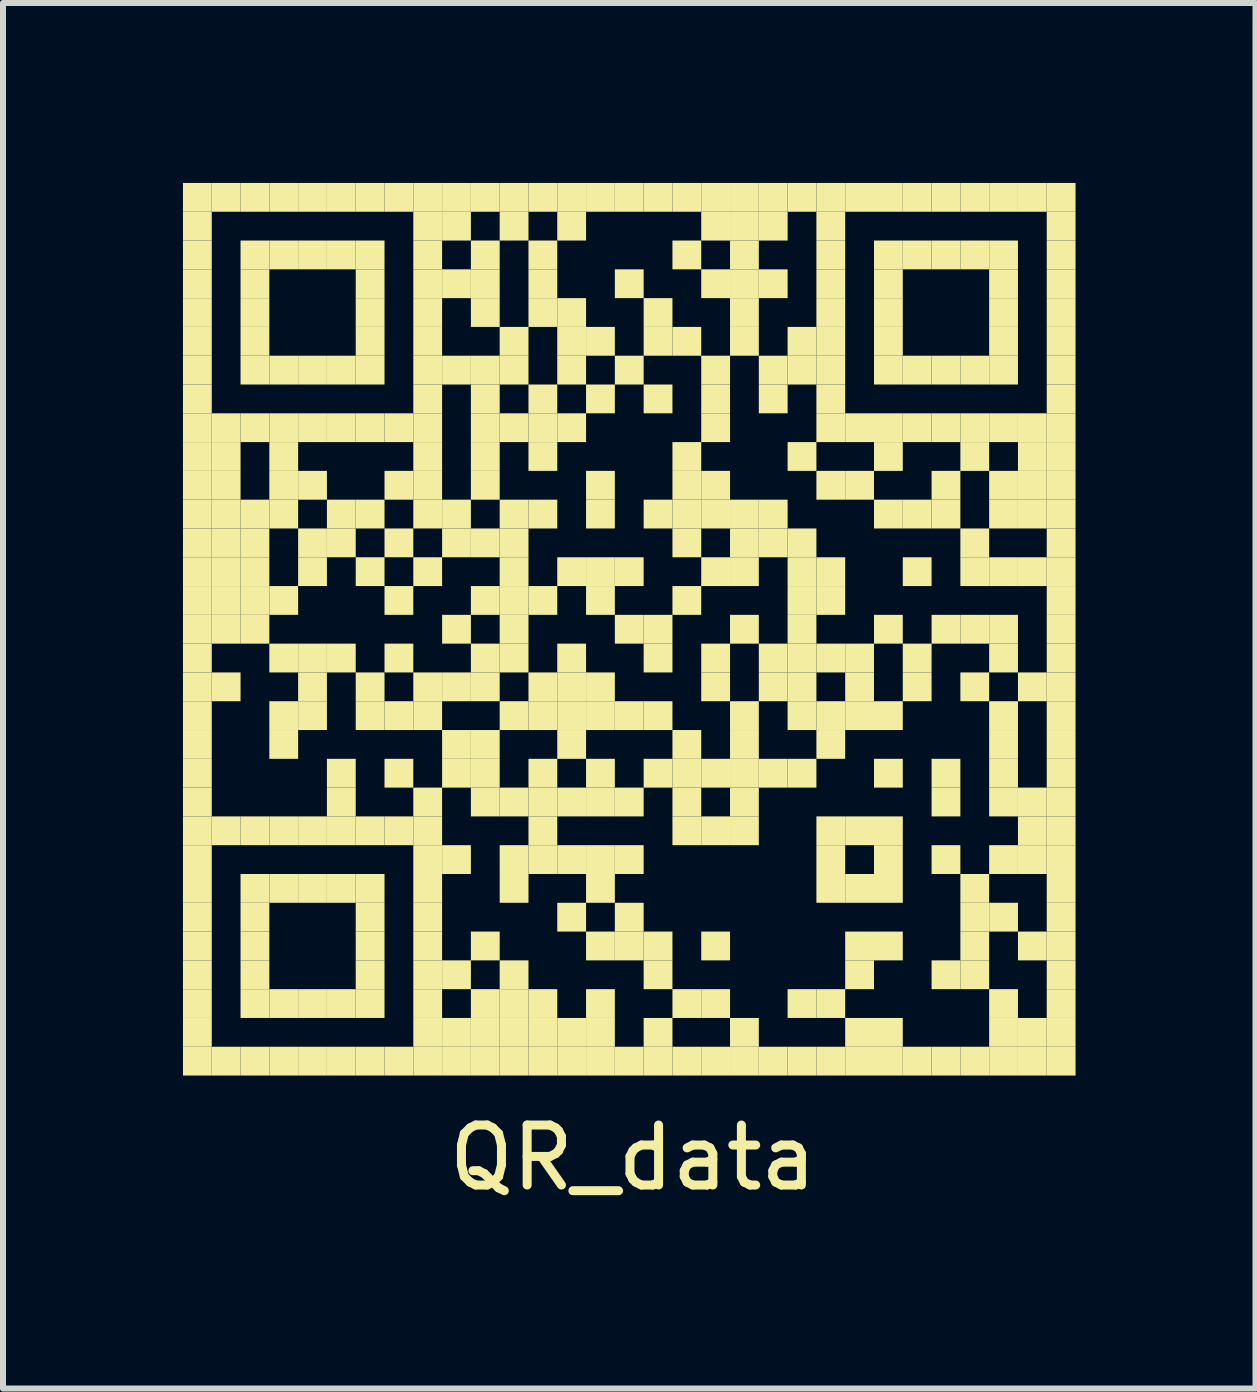
<source format=kicad_pcb>
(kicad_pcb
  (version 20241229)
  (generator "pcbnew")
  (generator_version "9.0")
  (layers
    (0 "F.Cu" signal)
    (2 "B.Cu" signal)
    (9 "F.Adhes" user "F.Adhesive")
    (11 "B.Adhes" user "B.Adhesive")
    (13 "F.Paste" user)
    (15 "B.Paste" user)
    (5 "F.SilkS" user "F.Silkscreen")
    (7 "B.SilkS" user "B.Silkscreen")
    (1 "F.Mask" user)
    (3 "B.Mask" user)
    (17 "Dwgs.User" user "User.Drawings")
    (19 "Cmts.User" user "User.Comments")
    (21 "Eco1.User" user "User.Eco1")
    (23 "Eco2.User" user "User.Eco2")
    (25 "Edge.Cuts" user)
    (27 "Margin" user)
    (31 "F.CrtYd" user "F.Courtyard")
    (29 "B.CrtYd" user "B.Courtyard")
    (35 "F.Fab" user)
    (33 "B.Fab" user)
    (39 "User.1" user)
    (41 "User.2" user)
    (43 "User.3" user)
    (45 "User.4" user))
  (footprint "QR_data"
    (layer "F.Cu")
    (at 7.5 7.5)
    (property "Reference" "QR_data" (at 0 8.75 0) (layer "F.SilkS") (effects (font (size 1 1) (thickness 0.15))))
    (attr exclude_from_pos_files exclude_from_bom)
    (fp_poly (pts (xy -7.5 -7.5) (xy -7.5 -7.02) (xy -7.02 -7.02) (xy -7.02 -7.5)) (stroke (width 0) (type solid)) (fill yes) (layer "F.SilkS"))
    (fp_poly (pts (xy -7.5 -7.02) (xy -7.5 -6.54) (xy -7.02 -6.54) (xy -7.02 -7.02)) (stroke (width 0) (type solid)) (fill yes) (layer "F.SilkS"))
    (fp_poly (pts (xy -7.5 -6.54) (xy -7.5 -6.06) (xy -7.02 -6.06) (xy -7.02 -6.54)) (stroke (width 0) (type solid)) (fill yes) (layer "F.SilkS"))
    (fp_poly (pts (xy -7.5 -6.06) (xy -7.5 -5.58) (xy -7.02 -5.58) (xy -7.02 -6.06)) (stroke (width 0) (type solid)) (fill yes) (layer "F.SilkS"))
    (fp_poly (pts (xy -7.5 -5.58) (xy -7.5 -5.1) (xy -7.02 -5.1) (xy -7.02 -5.58)) (stroke (width 0) (type solid)) (fill yes) (layer "F.SilkS"))
    (fp_poly (pts (xy -7.5 -5.1) (xy -7.5 -4.62) (xy -7.02 -4.62) (xy -7.02 -5.1)) (stroke (width 0) (type solid)) (fill yes) (layer "F.SilkS"))
    (fp_poly (pts (xy -7.5 -4.62) (xy -7.5 -4.14) (xy -7.02 -4.14) (xy -7.02 -4.62)) (stroke (width 0) (type solid)) (fill yes) (layer "F.SilkS"))
    (fp_poly (pts (xy -7.5 -4.14) (xy -7.5 -3.66) (xy -7.02 -3.66) (xy -7.02 -4.14)) (stroke (width 0) (type solid)) (fill yes) (layer "F.SilkS"))
    (fp_poly (pts (xy -7.5 -3.66) (xy -7.5 -3.18) (xy -7.02 -3.18) (xy -7.02 -3.66)) (stroke (width 0) (type solid)) (fill yes) (layer "F.SilkS"))
    (fp_poly (pts (xy -7.5 -3.18) (xy -7.5 -2.7) (xy -7.02 -2.7) (xy -7.02 -3.18)) (stroke (width 0) (type solid)) (fill yes) (layer "F.SilkS"))
    (fp_poly (pts (xy -7.5 -2.7) (xy -7.5 -2.22) (xy -7.02 -2.22) (xy -7.02 -2.7)) (stroke (width 0) (type solid)) (fill yes) (layer "F.SilkS"))
    (fp_poly (pts (xy -7.5 -2.22) (xy -7.5 -1.74) (xy -7.02 -1.74) (xy -7.02 -2.22)) (stroke (width 0) (type solid)) (fill yes) (layer "F.SilkS"))
    (fp_poly (pts (xy -7.5 -1.74) (xy -7.5 -1.26) (xy -7.02 -1.26) (xy -7.02 -1.74)) (stroke (width 0) (type solid)) (fill yes) (layer "F.SilkS"))
    (fp_poly (pts (xy -7.5 -1.26) (xy -7.5 -0.78) (xy -7.02 -0.78) (xy -7.02 -1.26)) (stroke (width 0) (type solid)) (fill yes) (layer "F.SilkS"))
    (fp_poly (pts (xy -7.5 -0.78) (xy -7.5 -0.3) (xy -7.02 -0.3) (xy -7.02 -0.78)) (stroke (width 0) (type solid)) (fill yes) (layer "F.SilkS"))
    (fp_poly (pts (xy -7.5 -0.3) (xy -7.5 0.18) (xy -7.02 0.18) (xy -7.02 -0.3)) (stroke (width 0) (type solid)) (fill yes) (layer "F.SilkS"))
    (fp_poly (pts (xy -7.5 0.18) (xy -7.5 0.66) (xy -7.02 0.66) (xy -7.02 0.18)) (stroke (width 0) (type solid)) (fill yes) (layer "F.SilkS"))
    (fp_poly (pts (xy -7.5 0.66) (xy -7.5 1.14) (xy -7.02 1.14) (xy -7.02 0.66)) (stroke (width 0) (type solid)) (fill yes) (layer "F.SilkS"))
    (fp_poly (pts (xy -7.5 1.14) (xy -7.5 1.62) (xy -7.02 1.62) (xy -7.02 1.14)) (stroke (width 0) (type solid)) (fill yes) (layer "F.SilkS"))
    (fp_poly (pts (xy -7.5 1.62) (xy -7.5 2.1) (xy -7.02 2.1) (xy -7.02 1.62)) (stroke (width 0) (type solid)) (fill yes) (layer "F.SilkS"))
    (fp_poly (pts (xy -7.5 2.1) (xy -7.5 2.58) (xy -7.02 2.58) (xy -7.02 2.1)) (stroke (width 0) (type solid)) (fill yes) (layer "F.SilkS"))
    (fp_poly (pts (xy -7.5 2.58) (xy -7.5 3.06) (xy -7.02 3.06) (xy -7.02 2.58)) (stroke (width 0) (type solid)) (fill yes) (layer "F.SilkS"))
    (fp_poly (pts (xy -7.5 3.06) (xy -7.5 3.54) (xy -7.02 3.54) (xy -7.02 3.06)) (stroke (width 0) (type solid)) (fill yes) (layer "F.SilkS"))
    (fp_poly (pts (xy -7.5 3.54) (xy -7.5 4.02) (xy -7.02 4.02) (xy -7.02 3.54)) (stroke (width 0) (type solid)) (fill yes) (layer "F.SilkS"))
    (fp_poly (pts (xy -7.5 4.02) (xy -7.5 4.5) (xy -7.02 4.5) (xy -7.02 4.02)) (stroke (width 0) (type solid)) (fill yes) (layer "F.SilkS"))
    (fp_poly (pts (xy -7.5 4.5) (xy -7.5 4.98) (xy -7.02 4.98) (xy -7.02 4.5)) (stroke (width 0) (type solid)) (fill yes) (layer "F.SilkS"))
    (fp_poly (pts (xy -7.5 4.98) (xy -7.5 5.46) (xy -7.02 5.46) (xy -7.02 4.98)) (stroke (width 0) (type solid)) (fill yes) (layer "F.SilkS"))
    (fp_poly (pts (xy -7.5 5.46) (xy -7.5 5.94) (xy -7.02 5.94) (xy -7.02 5.46)) (stroke (width 0) (type solid)) (fill yes) (layer "F.SilkS"))
    (fp_poly (pts (xy -7.5 5.94) (xy -7.5 6.42) (xy -7.02 6.42) (xy -7.02 5.94)) (stroke (width 0) (type solid)) (fill yes) (layer "F.SilkS"))
    (fp_poly (pts (xy -7.5 6.42) (xy -7.5 6.9) (xy -7.02 6.9) (xy -7.02 6.42)) (stroke (width 0) (type solid)) (fill yes) (layer "F.SilkS"))
    (fp_poly (pts (xy -7.5 6.9) (xy -7.5 7.38) (xy -7.02 7.38) (xy -7.02 6.9)) (stroke (width 0) (type solid)) (fill yes) (layer "F.SilkS"))
    (fp_poly (pts (xy -7.02 -7.5) (xy -7.02 -7.02) (xy -6.54 -7.02) (xy -6.54 -7.5)) (stroke (width 0) (type solid)) (fill yes) (layer "F.SilkS"))
    (fp_poly (pts (xy -7.02 -3.66) (xy -7.02 -3.18) (xy -6.54 -3.18) (xy -6.54 -3.66)) (stroke (width 0) (type solid)) (fill yes) (layer "F.SilkS"))
    (fp_poly (pts (xy -7.02 -3.18) (xy -7.02 -2.7) (xy -6.54 -2.7) (xy -6.54 -3.18)) (stroke (width 0) (type solid)) (fill yes) (layer "F.SilkS"))
    (fp_poly (pts (xy -7.02 -2.7) (xy -7.02 -2.22) (xy -6.54 -2.22) (xy -6.54 -2.7)) (stroke (width 0) (type solid)) (fill yes) (layer "F.SilkS"))
    (fp_poly (pts (xy -7.02 -2.22) (xy -7.02 -1.74) (xy -6.54 -1.74) (xy -6.54 -2.22)) (stroke (width 0) (type solid)) (fill yes) (layer "F.SilkS"))
    (fp_poly (pts (xy -7.02 -1.74) (xy -7.02 -1.26) (xy -6.54 -1.26) (xy -6.54 -1.74)) (stroke (width 0) (type solid)) (fill yes) (layer "F.SilkS"))
    (fp_poly (pts (xy -7.02 -1.26) (xy -7.02 -0.78) (xy -6.54 -0.78) (xy -6.54 -1.26)) (stroke (width 0) (type solid)) (fill yes) (layer "F.SilkS"))
    (fp_poly (pts (xy -7.02 -0.78) (xy -7.02 -0.3) (xy -6.54 -0.3) (xy -6.54 -0.78)) (stroke (width 0) (type solid)) (fill yes) (layer "F.SilkS"))
    (fp_poly (pts (xy -7.02 -0.3) (xy -7.02 0.18) (xy -6.54 0.18) (xy -6.54 -0.3)) (stroke (width 0) (type solid)) (fill yes) (layer "F.SilkS"))
    (fp_poly (pts (xy -7.02 0.66) (xy -7.02 1.14) (xy -6.54 1.14) (xy -6.54 0.66)) (stroke (width 0) (type solid)) (fill yes) (layer "F.SilkS"))
    (fp_poly (pts (xy -7.02 3.06) (xy -7.02 3.54) (xy -6.54 3.54) (xy -6.54 3.06)) (stroke (width 0) (type solid)) (fill yes) (layer "F.SilkS"))
    (fp_poly (pts (xy -7.02 6.9) (xy -7.02 7.38) (xy -6.54 7.38) (xy -6.54 6.9)) (stroke (width 0) (type solid)) (fill yes) (layer "F.SilkS"))
    (fp_poly (pts (xy -6.54 -7.5) (xy -6.54 -7.02) (xy -6.06 -7.02) (xy -6.06 -7.5)) (stroke (width 0) (type solid)) (fill yes) (layer "F.SilkS"))
    (fp_poly (pts (xy -6.54 -6.54) (xy -6.54 -6.06) (xy -6.06 -6.06) (xy -6.06 -6.54)) (stroke (width 0) (type solid)) (fill yes) (layer "F.SilkS"))
    (fp_poly (pts (xy -6.54 -6.06) (xy -6.54 -5.58) (xy -6.06 -5.58) (xy -6.06 -6.06)) (stroke (width 0) (type solid)) (fill yes) (layer "F.SilkS"))
    (fp_poly (pts (xy -6.54 -5.58) (xy -6.54 -5.1) (xy -6.06 -5.1) (xy -6.06 -5.58)) (stroke (width 0) (type solid)) (fill yes) (layer "F.SilkS"))
    (fp_poly (pts (xy -6.54 -5.1) (xy -6.54 -4.62) (xy -6.06 -4.62) (xy -6.06 -5.1)) (stroke (width 0) (type solid)) (fill yes) (layer "F.SilkS"))
    (fp_poly (pts (xy -6.54 -4.62) (xy -6.54 -4.14) (xy -6.06 -4.14) (xy -6.06 -4.62)) (stroke (width 0) (type solid)) (fill yes) (layer "F.SilkS"))
    (fp_poly (pts (xy -6.54 -3.66) (xy -6.54 -3.18) (xy -6.06 -3.18) (xy -6.06 -3.66)) (stroke (width 0) (type solid)) (fill yes) (layer "F.SilkS"))
    (fp_poly (pts (xy -6.54 -2.22) (xy -6.54 -1.74) (xy -6.06 -1.74) (xy -6.06 -2.22)) (stroke (width 0) (type solid)) (fill yes) (layer "F.SilkS"))
    (fp_poly (pts (xy -6.54 -1.74) (xy -6.54 -1.26) (xy -6.06 -1.26) (xy -6.06 -1.74)) (stroke (width 0) (type solid)) (fill yes) (layer "F.SilkS"))
    (fp_poly (pts (xy -6.54 -1.26) (xy -6.54 -0.78) (xy -6.06 -0.78) (xy -6.06 -1.26)) (stroke (width 0) (type solid)) (fill yes) (layer "F.SilkS"))
    (fp_poly (pts (xy -6.54 -0.78) (xy -6.54 -0.3) (xy -6.06 -0.3) (xy -6.06 -0.78)) (stroke (width 0) (type solid)) (fill yes) (layer "F.SilkS"))
    (fp_poly (pts (xy -6.54 -0.3) (xy -6.54 0.18) (xy -6.06 0.18) (xy -6.06 -0.3)) (stroke (width 0) (type solid)) (fill yes) (layer "F.SilkS"))
    (fp_poly (pts (xy -6.54 3.06) (xy -6.54 3.54) (xy -6.06 3.54) (xy -6.06 3.06)) (stroke (width 0) (type solid)) (fill yes) (layer "F.SilkS"))
    (fp_poly (pts (xy -6.54 4.02) (xy -6.54 4.5) (xy -6.06 4.5) (xy -6.06 4.02)) (stroke (width 0) (type solid)) (fill yes) (layer "F.SilkS"))
    (fp_poly (pts (xy -6.54 4.5) (xy -6.54 4.98) (xy -6.06 4.98) (xy -6.06 4.5)) (stroke (width 0) (type solid)) (fill yes) (layer "F.SilkS"))
    (fp_poly (pts (xy -6.54 4.98) (xy -6.54 5.46) (xy -6.06 5.46) (xy -6.06 4.98)) (stroke (width 0) (type solid)) (fill yes) (layer "F.SilkS"))
    (fp_poly (pts (xy -6.54 5.46) (xy -6.54 5.94) (xy -6.06 5.94) (xy -6.06 5.46)) (stroke (width 0) (type solid)) (fill yes) (layer "F.SilkS"))
    (fp_poly (pts (xy -6.54 5.94) (xy -6.54 6.42) (xy -6.06 6.42) (xy -6.06 5.94)) (stroke (width 0) (type solid)) (fill yes) (layer "F.SilkS"))
    (fp_poly (pts (xy -6.54 6.9) (xy -6.54 7.38) (xy -6.06 7.38) (xy -6.06 6.9)) (stroke (width 0) (type solid)) (fill yes) (layer "F.SilkS"))
    (fp_poly (pts (xy -6.06 -7.5) (xy -6.06 -7.02) (xy -5.58 -7.02) (xy -5.58 -7.5)) (stroke (width 0) (type solid)) (fill yes) (layer "F.SilkS"))
    (fp_poly (pts (xy -6.06 -6.54) (xy -6.06 -6.06) (xy -5.58 -6.06) (xy -5.58 -6.54)) (stroke (width 0) (type solid)) (fill yes) (layer "F.SilkS"))
    (fp_poly (pts (xy -6.06 -4.62) (xy -6.06 -4.14) (xy -5.58 -4.14) (xy -5.58 -4.62)) (stroke (width 0) (type solid)) (fill yes) (layer "F.SilkS"))
    (fp_poly (pts (xy -6.06 -3.66) (xy -6.06 -3.18) (xy -5.58 -3.18) (xy -5.58 -3.66)) (stroke (width 0) (type solid)) (fill yes) (layer "F.SilkS"))
    (fp_poly (pts (xy -6.06 -3.18) (xy -6.06 -2.7) (xy -5.58 -2.7) (xy -5.58 -3.18)) (stroke (width 0) (type solid)) (fill yes) (layer "F.SilkS"))
    (fp_poly (pts (xy -6.06 -2.7) (xy -6.06 -2.22) (xy -5.58 -2.22) (xy -5.58 -2.7)) (stroke (width 0) (type solid)) (fill yes) (layer "F.SilkS"))
    (fp_poly (pts (xy -6.06 -2.22) (xy -6.06 -1.74) (xy -5.58 -1.74) (xy -5.58 -2.22)) (stroke (width 0) (type solid)) (fill yes) (layer "F.SilkS"))
    (fp_poly (pts (xy -6.06 -0.78) (xy -6.06 -0.3) (xy -5.58 -0.3) (xy -5.58 -0.78)) (stroke (width 0) (type solid)) (fill yes) (layer "F.SilkS"))
    (fp_poly (pts (xy -6.06 0.18) (xy -6.06 0.66) (xy -5.58 0.66) (xy -5.58 0.18)) (stroke (width 0) (type solid)) (fill yes) (layer "F.SilkS"))
    (fp_poly (pts (xy -6.06 1.14) (xy -6.06 1.62) (xy -5.58 1.62) (xy -5.58 1.14)) (stroke (width 0) (type solid)) (fill yes) (layer "F.SilkS"))
    (fp_poly (pts (xy -6.06 1.62) (xy -6.06 2.1) (xy -5.58 2.1) (xy -5.58 1.62)) (stroke (width 0) (type solid)) (fill yes) (layer "F.SilkS"))
    (fp_poly (pts (xy -6.06 3.06) (xy -6.06 3.54) (xy -5.58 3.54) (xy -5.58 3.06)) (stroke (width 0) (type solid)) (fill yes) (layer "F.SilkS"))
    (fp_poly (pts (xy -6.06 4.02) (xy -6.06 4.5) (xy -5.58 4.5) (xy -5.58 4.02)) (stroke (width 0) (type solid)) (fill yes) (layer "F.SilkS"))
    (fp_poly (pts (xy -6.06 5.94) (xy -6.06 6.42) (xy -5.58 6.42) (xy -5.58 5.94)) (stroke (width 0) (type solid)) (fill yes) (layer "F.SilkS"))
    (fp_poly (pts (xy -6.06 6.9) (xy -6.06 7.38) (xy -5.58 7.38) (xy -5.58 6.9)) (stroke (width 0) (type solid)) (fill yes) (layer "F.SilkS"))
    (fp_poly (pts (xy -5.58 -7.5) (xy -5.58 -7.02) (xy -5.1 -7.02) (xy -5.1 -7.5)) (stroke (width 0) (type solid)) (fill yes) (layer "F.SilkS"))
    (fp_poly (pts (xy -5.58 -6.54) (xy -5.58 -6.06) (xy -5.1 -6.06) (xy -5.1 -6.54)) (stroke (width 0) (type solid)) (fill yes) (layer "F.SilkS"))
    (fp_poly (pts (xy -5.58 -4.62) (xy -5.58 -4.14) (xy -5.1 -4.14) (xy -5.1 -4.62)) (stroke (width 0) (type solid)) (fill yes) (layer "F.SilkS"))
    (fp_poly (pts (xy -5.58 -3.66) (xy -5.58 -3.18) (xy -5.1 -3.18) (xy -5.1 -3.66)) (stroke (width 0) (type solid)) (fill yes) (layer "F.SilkS"))
    (fp_poly (pts (xy -5.58 -2.7) (xy -5.58 -2.22) (xy -5.1 -2.22) (xy -5.1 -2.7)) (stroke (width 0) (type solid)) (fill yes) (layer "F.SilkS"))
    (fp_poly (pts (xy -5.58 -1.74) (xy -5.58 -1.26) (xy -5.1 -1.26) (xy -5.1 -1.74)) (stroke (width 0) (type solid)) (fill yes) (layer "F.SilkS"))
    (fp_poly (pts (xy -5.58 -1.26) (xy -5.58 -0.78) (xy -5.1 -0.78) (xy -5.1 -1.26)) (stroke (width 0) (type solid)) (fill yes) (layer "F.SilkS"))
    (fp_poly (pts (xy -5.58 0.18) (xy -5.58 0.66) (xy -5.1 0.66) (xy -5.1 0.18)) (stroke (width 0) (type solid)) (fill yes) (layer "F.SilkS"))
    (fp_poly (pts (xy -5.58 0.66) (xy -5.58 1.14) (xy -5.1 1.14) (xy -5.1 0.66)) (stroke (width 0) (type solid)) (fill yes) (layer "F.SilkS"))
    (fp_poly (pts (xy -5.58 1.14) (xy -5.58 1.62) (xy -5.1 1.62) (xy -5.1 1.14)) (stroke (width 0) (type solid)) (fill yes) (layer "F.SilkS"))
    (fp_poly (pts (xy -5.58 3.06) (xy -5.58 3.54) (xy -5.1 3.54) (xy -5.1 3.06)) (stroke (width 0) (type solid)) (fill yes) (layer "F.SilkS"))
    (fp_poly (pts (xy -5.58 4.02) (xy -5.58 4.5) (xy -5.1 4.5) (xy -5.1 4.02)) (stroke (width 0) (type solid)) (fill yes) (layer "F.SilkS"))
    (fp_poly (pts (xy -5.58 5.94) (xy -5.58 6.42) (xy -5.1 6.42) (xy -5.1 5.94)) (stroke (width 0) (type solid)) (fill yes) (layer "F.SilkS"))
    (fp_poly (pts (xy -5.58 6.9) (xy -5.58 7.38) (xy -5.1 7.38) (xy -5.1 6.9)) (stroke (width 0) (type solid)) (fill yes) (layer "F.SilkS"))
    (fp_poly (pts (xy -5.1 -7.5) (xy -5.1 -7.02) (xy -4.62 -7.02) (xy -4.62 -7.5)) (stroke (width 0) (type solid)) (fill yes) (layer "F.SilkS"))
    (fp_poly (pts (xy -5.1 -6.54) (xy -5.1 -6.06) (xy -4.62 -6.06) (xy -4.62 -6.54)) (stroke (width 0) (type solid)) (fill yes) (layer "F.SilkS"))
    (fp_poly (pts (xy -5.1 -4.62) (xy -5.1 -4.14) (xy -4.62 -4.14) (xy -4.62 -4.62)) (stroke (width 0) (type solid)) (fill yes) (layer "F.SilkS"))
    (fp_poly (pts (xy -5.1 -3.66) (xy -5.1 -3.18) (xy -4.62 -3.18) (xy -4.62 -3.66)) (stroke (width 0) (type solid)) (fill yes) (layer "F.SilkS"))
    (fp_poly (pts (xy -5.1 -2.22) (xy -5.1 -1.74) (xy -4.62 -1.74) (xy -4.62 -2.22)) (stroke (width 0) (type solid)) (fill yes) (layer "F.SilkS"))
    (fp_poly (pts (xy -5.1 -1.74) (xy -5.1 -1.26) (xy -4.62 -1.26) (xy -4.62 -1.74)) (stroke (width 0) (type solid)) (fill yes) (layer "F.SilkS"))
    (fp_poly (pts (xy -5.1 0.18) (xy -5.1 0.66) (xy -4.62 0.66) (xy -4.62 0.18)) (stroke (width 0) (type solid)) (fill yes) (layer "F.SilkS"))
    (fp_poly (pts (xy -5.1 2.1) (xy -5.1 2.58) (xy -4.62 2.58) (xy -4.62 2.1)) (stroke (width 0) (type solid)) (fill yes) (layer "F.SilkS"))
    (fp_poly (pts (xy -5.1 2.58) (xy -5.1 3.06) (xy -4.62 3.06) (xy -4.62 2.58)) (stroke (width 0) (type solid)) (fill yes) (layer "F.SilkS"))
    (fp_poly (pts (xy -5.1 3.06) (xy -5.1 3.54) (xy -4.62 3.54) (xy -4.62 3.06)) (stroke (width 0) (type solid)) (fill yes) (layer "F.SilkS"))
    (fp_poly (pts (xy -5.1 4.02) (xy -5.1 4.5) (xy -4.62 4.5) (xy -4.62 4.02)) (stroke (width 0) (type solid)) (fill yes) (layer "F.SilkS"))
    (fp_poly (pts (xy -5.1 5.94) (xy -5.1 6.42) (xy -4.62 6.42) (xy -4.62 5.94)) (stroke (width 0) (type solid)) (fill yes) (layer "F.SilkS"))
    (fp_poly (pts (xy -5.1 6.9) (xy -5.1 7.38) (xy -4.62 7.38) (xy -4.62 6.9)) (stroke (width 0) (type solid)) (fill yes) (layer "F.SilkS"))
    (fp_poly (pts (xy -4.62 -7.5) (xy -4.62 -7.02) (xy -4.14 -7.02) (xy -4.14 -7.5)) (stroke (width 0) (type solid)) (fill yes) (layer "F.SilkS"))
    (fp_poly (pts (xy -4.62 -6.54) (xy -4.62 -6.06) (xy -4.14 -6.06) (xy -4.14 -6.54)) (stroke (width 0) (type solid)) (fill yes) (layer "F.SilkS"))
    (fp_poly (pts (xy -4.62 -6.06) (xy -4.62 -5.58) (xy -4.14 -5.58) (xy -4.14 -6.06)) (stroke (width 0) (type solid)) (fill yes) (layer "F.SilkS"))
    (fp_poly (pts (xy -4.62 -5.58) (xy -4.62 -5.1) (xy -4.14 -5.1) (xy -4.14 -5.58)) (stroke (width 0) (type solid)) (fill yes) (layer "F.SilkS"))
    (fp_poly (pts (xy -4.62 -5.1) (xy -4.62 -4.62) (xy -4.14 -4.62) (xy -4.14 -5.1)) (stroke (width 0) (type solid)) (fill yes) (layer "F.SilkS"))
    (fp_poly (pts (xy -4.62 -4.62) (xy -4.62 -4.14) (xy -4.14 -4.14) (xy -4.14 -4.62)) (stroke (width 0) (type solid)) (fill yes) (layer "F.SilkS"))
    (fp_poly (pts (xy -4.62 -3.66) (xy -4.62 -3.18) (xy -4.14 -3.18) (xy -4.14 -3.66)) (stroke (width 0) (type solid)) (fill yes) (layer "F.SilkS"))
    (fp_poly (pts (xy -4.62 -2.22) (xy -4.62 -1.74) (xy -4.14 -1.74) (xy -4.14 -2.22)) (stroke (width 0) (type solid)) (fill yes) (layer "F.SilkS"))
    (fp_poly (pts (xy -4.62 -1.26) (xy -4.62 -0.78) (xy -4.14 -0.78) (xy -4.14 -1.26)) (stroke (width 0) (type solid)) (fill yes) (layer "F.SilkS"))
    (fp_poly (pts (xy -4.62 0.66) (xy -4.62 1.14) (xy -4.14 1.14) (xy -4.14 0.66)) (stroke (width 0) (type solid)) (fill yes) (layer "F.SilkS"))
    (fp_poly (pts (xy -4.62 1.14) (xy -4.62 1.62) (xy -4.14 1.62) (xy -4.14 1.14)) (stroke (width 0) (type solid)) (fill yes) (layer "F.SilkS"))
    (fp_poly (pts (xy -4.62 3.06) (xy -4.62 3.54) (xy -4.14 3.54) (xy -4.14 3.06)) (stroke (width 0) (type solid)) (fill yes) (layer "F.SilkS"))
    (fp_poly (pts (xy -4.62 4.02) (xy -4.62 4.5) (xy -4.14 4.5) (xy -4.14 4.02)) (stroke (width 0) (type solid)) (fill yes) (layer "F.SilkS"))
    (fp_poly (pts (xy -4.62 4.5) (xy -4.62 4.98) (xy -4.14 4.98) (xy -4.14 4.5)) (stroke (width 0) (type solid)) (fill yes) (layer "F.SilkS"))
    (fp_poly (pts (xy -4.62 4.98) (xy -4.62 5.46) (xy -4.14 5.46) (xy -4.14 4.98)) (stroke (width 0) (type solid)) (fill yes) (layer "F.SilkS"))
    (fp_poly (pts (xy -4.62 5.46) (xy -4.62 5.94) (xy -4.14 5.94) (xy -4.14 5.46)) (stroke (width 0) (type solid)) (fill yes) (layer "F.SilkS"))
    (fp_poly (pts (xy -4.62 5.94) (xy -4.62 6.42) (xy -4.14 6.42) (xy -4.14 5.94)) (stroke (width 0) (type solid)) (fill yes) (layer "F.SilkS"))
    (fp_poly (pts (xy -4.62 6.9) (xy -4.62 7.38) (xy -4.14 7.38) (xy -4.14 6.9)) (stroke (width 0) (type solid)) (fill yes) (layer "F.SilkS"))
    (fp_poly (pts (xy -4.14 -7.5) (xy -4.14 -7.02) (xy -3.66 -7.02) (xy -3.66 -7.5)) (stroke (width 0) (type solid)) (fill yes) (layer "F.SilkS"))
    (fp_poly (pts (xy -4.14 -3.66) (xy -4.14 -3.18) (xy -3.66 -3.18) (xy -3.66 -3.66)) (stroke (width 0) (type solid)) (fill yes) (layer "F.SilkS"))
    (fp_poly (pts (xy -4.14 -2.7) (xy -4.14 -2.22) (xy -3.66 -2.22) (xy -3.66 -2.7)) (stroke (width 0) (type solid)) (fill yes) (layer "F.SilkS"))
    (fp_poly (pts (xy -4.14 -1.74) (xy -4.14 -1.26) (xy -3.66 -1.26) (xy -3.66 -1.74)) (stroke (width 0) (type solid)) (fill yes) (layer "F.SilkS"))
    (fp_poly (pts (xy -4.14 -0.78) (xy -4.14 -0.3) (xy -3.66 -0.3) (xy -3.66 -0.78)) (stroke (width 0) (type solid)) (fill yes) (layer "F.SilkS"))
    (fp_poly (pts (xy -4.14 0.18) (xy -4.14 0.66) (xy -3.66 0.66) (xy -3.66 0.18)) (stroke (width 0) (type solid)) (fill yes) (layer "F.SilkS"))
    (fp_poly (pts (xy -4.14 1.14) (xy -4.14 1.62) (xy -3.66 1.62) (xy -3.66 1.14)) (stroke (width 0) (type solid)) (fill yes) (layer "F.SilkS"))
    (fp_poly (pts (xy -4.14 2.1) (xy -4.14 2.58) (xy -3.66 2.58) (xy -3.66 2.1)) (stroke (width 0) (type solid)) (fill yes) (layer "F.SilkS"))
    (fp_poly (pts (xy -4.14 3.06) (xy -4.14 3.54) (xy -3.66 3.54) (xy -3.66 3.06)) (stroke (width 0) (type solid)) (fill yes) (layer "F.SilkS"))
    (fp_poly (pts (xy -4.14 6.9) (xy -4.14 7.38) (xy -3.66 7.38) (xy -3.66 6.9)) (stroke (width 0) (type solid)) (fill yes) (layer "F.SilkS"))
    (fp_poly (pts (xy -3.66 -7.5) (xy -3.66 -7.02) (xy -3.18 -7.02) (xy -3.18 -7.5)) (stroke (width 0) (type solid)) (fill yes) (layer "F.SilkS"))
    (fp_poly (pts (xy -3.66 -7.02) (xy -3.66 -6.54) (xy -3.18 -6.54) (xy -3.18 -7.02)) (stroke (width 0) (type solid)) (fill yes) (layer "F.SilkS"))
    (fp_poly (pts (xy -3.66 -6.54) (xy -3.66 -6.06) (xy -3.18 -6.06) (xy -3.18 -6.54)) (stroke (width 0) (type solid)) (fill yes) (layer "F.SilkS"))
    (fp_poly (pts (xy -3.66 -6.06) (xy -3.66 -5.58) (xy -3.18 -5.58) (xy -3.18 -6.06)) (stroke (width 0) (type solid)) (fill yes) (layer "F.SilkS"))
    (fp_poly (pts (xy -3.66 -5.58) (xy -3.66 -5.1) (xy -3.18 -5.1) (xy -3.18 -5.58)) (stroke (width 0) (type solid)) (fill yes) (layer "F.SilkS"))
    (fp_poly (pts (xy -3.66 -5.1) (xy -3.66 -4.62) (xy -3.18 -4.62) (xy -3.18 -5.1)) (stroke (width 0) (type solid)) (fill yes) (layer "F.SilkS"))
    (fp_poly (pts (xy -3.66 -4.62) (xy -3.66 -4.14) (xy -3.18 -4.14) (xy -3.18 -4.62)) (stroke (width 0) (type solid)) (fill yes) (layer "F.SilkS"))
    (fp_poly (pts (xy -3.66 -4.14) (xy -3.66 -3.66) (xy -3.18 -3.66) (xy -3.18 -4.14)) (stroke (width 0) (type solid)) (fill yes) (layer "F.SilkS"))
    (fp_poly (pts (xy -3.66 -3.66) (xy -3.66 -3.18) (xy -3.18 -3.18) (xy -3.18 -3.66)) (stroke (width 0) (type solid)) (fill yes) (layer "F.SilkS"))
    (fp_poly (pts (xy -3.66 -3.18) (xy -3.66 -2.7) (xy -3.18 -2.7) (xy -3.18 -3.18)) (stroke (width 0) (type solid)) (fill yes) (layer "F.SilkS"))
    (fp_poly (pts (xy -3.66 -2.7) (xy -3.66 -2.22) (xy -3.18 -2.22) (xy -3.18 -2.7)) (stroke (width 0) (type solid)) (fill yes) (layer "F.SilkS"))
    (fp_poly (pts (xy -3.66 -2.22) (xy -3.66 -1.74) (xy -3.18 -1.74) (xy -3.18 -2.22)) (stroke (width 0) (type solid)) (fill yes) (layer "F.SilkS"))
    (fp_poly (pts (xy -3.66 -1.26) (xy -3.66 -0.78) (xy -3.18 -0.78) (xy -3.18 -1.26)) (stroke (width 0) (type solid)) (fill yes) (layer "F.SilkS"))
    (fp_poly (pts (xy -3.66 0.66) (xy -3.66 1.14) (xy -3.18 1.14) (xy -3.18 0.66)) (stroke (width 0) (type solid)) (fill yes) (layer "F.SilkS"))
    (fp_poly (pts (xy -3.66 1.14) (xy -3.66 1.62) (xy -3.18 1.62) (xy -3.18 1.14)) (stroke (width 0) (type solid)) (fill yes) (layer "F.SilkS"))
    (fp_poly (pts (xy -3.66 2.58) (xy -3.66 3.06) (xy -3.18 3.06) (xy -3.18 2.58)) (stroke (width 0) (type solid)) (fill yes) (layer "F.SilkS"))
    (fp_poly (pts (xy -3.66 3.06) (xy -3.66 3.54) (xy -3.18 3.54) (xy -3.18 3.06)) (stroke (width 0) (type solid)) (fill yes) (layer "F.SilkS"))
    (fp_poly (pts (xy -3.66 3.54) (xy -3.66 4.02) (xy -3.18 4.02) (xy -3.18 3.54)) (stroke (width 0) (type solid)) (fill yes) (layer "F.SilkS"))
    (fp_poly (pts (xy -3.66 4.02) (xy -3.66 4.5) (xy -3.18 4.5) (xy -3.18 4.02)) (stroke (width 0) (type solid)) (fill yes) (layer "F.SilkS"))
    (fp_poly (pts (xy -3.66 4.5) (xy -3.66 4.98) (xy -3.18 4.98) (xy -3.18 4.5)) (stroke (width 0) (type solid)) (fill yes) (layer "F.SilkS"))
    (fp_poly (pts (xy -3.66 4.98) (xy -3.66 5.46) (xy -3.18 5.46) (xy -3.18 4.98)) (stroke (width 0) (type solid)) (fill yes) (layer "F.SilkS"))
    (fp_poly (pts (xy -3.66 5.46) (xy -3.66 5.94) (xy -3.18 5.94) (xy -3.18 5.46)) (stroke (width 0) (type solid)) (fill yes) (layer "F.SilkS"))
    (fp_poly (pts (xy -3.66 5.94) (xy -3.66 6.42) (xy -3.18 6.42) (xy -3.18 5.94)) (stroke (width 0) (type solid)) (fill yes) (layer "F.SilkS"))
    (fp_poly (pts (xy -3.66 6.42) (xy -3.66 6.9) (xy -3.18 6.9) (xy -3.18 6.42)) (stroke (width 0) (type solid)) (fill yes) (layer "F.SilkS"))
    (fp_poly (pts (xy -3.66 6.9) (xy -3.66 7.38) (xy -3.18 7.38) (xy -3.18 6.9)) (stroke (width 0) (type solid)) (fill yes) (layer "F.SilkS"))
    (fp_poly (pts (xy -3.18 -7.5) (xy -3.18 -7.02) (xy -2.7 -7.02) (xy -2.7 -7.5)) (stroke (width 0) (type solid)) (fill yes) (layer "F.SilkS"))
    (fp_poly (pts (xy -3.18 -7.02) (xy -3.18 -6.54) (xy -2.7 -6.54) (xy -2.7 -7.02)) (stroke (width 0) (type solid)) (fill yes) (layer "F.SilkS"))
    (fp_poly (pts (xy -3.18 -6.06) (xy -3.18 -5.58) (xy -2.7 -5.58) (xy -2.7 -6.06)) (stroke (width 0) (type solid)) (fill yes) (layer "F.SilkS"))
    (fp_poly (pts (xy -3.18 -4.62) (xy -3.18 -4.14) (xy -2.7 -4.14) (xy -2.7 -4.62)) (stroke (width 0) (type solid)) (fill yes) (layer "F.SilkS"))
    (fp_poly (pts (xy -3.18 -2.22) (xy -3.18 -1.74) (xy -2.7 -1.74) (xy -2.7 -2.22)) (stroke (width 0) (type solid)) (fill yes) (layer "F.SilkS"))
    (fp_poly (pts (xy -3.18 -1.74) (xy -3.18 -1.26) (xy -2.7 -1.26) (xy -2.7 -1.74)) (stroke (width 0) (type solid)) (fill yes) (layer "F.SilkS"))
    (fp_poly (pts (xy -3.18 -0.3) (xy -3.18 0.18) (xy -2.7 0.18) (xy -2.7 -0.3)) (stroke (width 0) (type solid)) (fill yes) (layer "F.SilkS"))
    (fp_poly (pts (xy -3.18 0.66) (xy -3.18 1.14) (xy -2.7 1.14) (xy -2.7 0.66)) (stroke (width 0) (type solid)) (fill yes) (layer "F.SilkS"))
    (fp_poly (pts (xy -3.18 1.62) (xy -3.18 2.1) (xy -2.7 2.1) (xy -2.7 1.62)) (stroke (width 0) (type solid)) (fill yes) (layer "F.SilkS"))
    (fp_poly (pts (xy -3.18 2.1) (xy -3.18 2.58) (xy -2.7 2.58) (xy -2.7 2.1)) (stroke (width 0) (type solid)) (fill yes) (layer "F.SilkS"))
    (fp_poly (pts (xy -3.18 3.54) (xy -3.18 4.02) (xy -2.7 4.02) (xy -2.7 3.54)) (stroke (width 0) (type solid)) (fill yes) (layer "F.SilkS"))
    (fp_poly (pts (xy -3.18 5.46) (xy -3.18 5.94) (xy -2.7 5.94) (xy -2.7 5.46)) (stroke (width 0) (type solid)) (fill yes) (layer "F.SilkS"))
    (fp_poly (pts (xy -3.18 6.42) (xy -3.18 6.9) (xy -2.7 6.9) (xy -2.7 6.42)) (stroke (width 0) (type solid)) (fill yes) (layer "F.SilkS"))
    (fp_poly (pts (xy -3.18 6.9) (xy -3.18 7.38) (xy -2.7 7.38) (xy -2.7 6.9)) (stroke (width 0) (type solid)) (fill yes) (layer "F.SilkS"))
    (fp_poly (pts (xy -2.7 -7.5) (xy -2.7 -7.02) (xy -2.22 -7.02) (xy -2.22 -7.5)) (stroke (width 0) (type solid)) (fill yes) (layer "F.SilkS"))
    (fp_poly (pts (xy -2.7 -6.54) (xy -2.7 -6.06) (xy -2.22 -6.06) (xy -2.22 -6.54)) (stroke (width 0) (type solid)) (fill yes) (layer "F.SilkS"))
    (fp_poly (pts (xy -2.7 -6.06) (xy -2.7 -5.58) (xy -2.22 -5.58) (xy -2.22 -6.06)) (stroke (width 0) (type solid)) (fill yes) (layer "F.SilkS"))
    (fp_poly (pts (xy -2.7 -5.58) (xy -2.7 -5.1) (xy -2.22 -5.1) (xy -2.22 -5.58)) (stroke (width 0) (type solid)) (fill yes) (layer "F.SilkS"))
    (fp_poly (pts (xy -2.7 -4.62) (xy -2.7 -4.14) (xy -2.22 -4.14) (xy -2.22 -4.62)) (stroke (width 0) (type solid)) (fill yes) (layer "F.SilkS"))
    (fp_poly (pts (xy -2.7 -4.14) (xy -2.7 -3.66) (xy -2.22 -3.66) (xy -2.22 -4.14)) (stroke (width 0) (type solid)) (fill yes) (layer "F.SilkS"))
    (fp_poly (pts (xy -2.7 -3.66) (xy -2.7 -3.18) (xy -2.22 -3.18) (xy -2.22 -3.66)) (stroke (width 0) (type solid)) (fill yes) (layer "F.SilkS"))
    (fp_poly (pts (xy -2.7 -3.18) (xy -2.7 -2.7) (xy -2.22 -2.7) (xy -2.22 -3.18)) (stroke (width 0) (type solid)) (fill yes) (layer "F.SilkS"))
    (fp_poly (pts (xy -2.7 -2.7) (xy -2.7 -2.22) (xy -2.22 -2.22) (xy -2.22 -2.7)) (stroke (width 0) (type solid)) (fill yes) (layer "F.SilkS"))
    (fp_poly (pts (xy -2.7 -1.74) (xy -2.7 -1.26) (xy -2.22 -1.26) (xy -2.22 -1.74)) (stroke (width 0) (type solid)) (fill yes) (layer "F.SilkS"))
    (fp_poly (pts (xy -2.7 -0.78) (xy -2.7 -0.3) (xy -2.22 -0.3) (xy -2.22 -0.78)) (stroke (width 0) (type solid)) (fill yes) (layer "F.SilkS"))
    (fp_poly (pts (xy -2.7 0.18) (xy -2.7 0.66) (xy -2.22 0.66) (xy -2.22 0.18)) (stroke (width 0) (type solid)) (fill yes) (layer "F.SilkS"))
    (fp_poly (pts (xy -2.7 0.66) (xy -2.7 1.14) (xy -2.22 1.14) (xy -2.22 0.66)) (stroke (width 0) (type solid)) (fill yes) (layer "F.SilkS"))
    (fp_poly (pts (xy -2.7 1.62) (xy -2.7 2.1) (xy -2.22 2.1) (xy -2.22 1.62)) (stroke (width 0) (type solid)) (fill yes) (layer "F.SilkS"))
    (fp_poly (pts (xy -2.7 2.1) (xy -2.7 2.58) (xy -2.22 2.58) (xy -2.22 2.1)) (stroke (width 0) (type solid)) (fill yes) (layer "F.SilkS"))
    (fp_poly (pts (xy -2.7 2.58) (xy -2.7 3.06) (xy -2.22 3.06) (xy -2.22 2.58)) (stroke (width 0) (type solid)) (fill yes) (layer "F.SilkS"))
    (fp_poly (pts (xy -2.7 4.98) (xy -2.7 5.46) (xy -2.22 5.46) (xy -2.22 4.98)) (stroke (width 0) (type solid)) (fill yes) (layer "F.SilkS"))
    (fp_poly (pts (xy -2.7 5.94) (xy -2.7 6.42) (xy -2.22 6.42) (xy -2.22 5.94)) (stroke (width 0) (type solid)) (fill yes) (layer "F.SilkS"))
    (fp_poly (pts (xy -2.7 6.42) (xy -2.7 6.9) (xy -2.22 6.9) (xy -2.22 6.42)) (stroke (width 0) (type solid)) (fill yes) (layer "F.SilkS"))
    (fp_poly (pts (xy -2.7 6.9) (xy -2.7 7.38) (xy -2.22 7.38) (xy -2.22 6.9)) (stroke (width 0) (type solid)) (fill yes) (layer "F.SilkS"))
    (fp_poly (pts (xy -2.22 -7.5) (xy -2.22 -7.02) (xy -1.74 -7.02) (xy -1.74 -7.5)) (stroke (width 0) (type solid)) (fill yes) (layer "F.SilkS"))
    (fp_poly (pts (xy -2.22 -7.02) (xy -2.22 -6.54) (xy -1.74 -6.54) (xy -1.74 -7.02)) (stroke (width 0) (type solid)) (fill yes) (layer "F.SilkS"))
    (fp_poly (pts (xy -2.22 -5.1) (xy -2.22 -4.62) (xy -1.74 -4.62) (xy -1.74 -5.1)) (stroke (width 0) (type solid)) (fill yes) (layer "F.SilkS"))
    (fp_poly (pts (xy -2.22 -4.62) (xy -2.22 -4.14) (xy -1.74 -4.14) (xy -1.74 -4.62)) (stroke (width 0) (type solid)) (fill yes) (layer "F.SilkS"))
    (fp_poly (pts (xy -2.22 -3.66) (xy -2.22 -3.18) (xy -1.74 -3.18) (xy -1.74 -3.66)) (stroke (width 0) (type solid)) (fill yes) (layer "F.SilkS"))
    (fp_poly (pts (xy -2.22 -2.22) (xy -2.22 -1.74) (xy -1.74 -1.74) (xy -1.74 -2.22)) (stroke (width 0) (type solid)) (fill yes) (layer "F.SilkS"))
    (fp_poly (pts (xy -2.22 -1.74) (xy -2.22 -1.26) (xy -1.74 -1.26) (xy -1.74 -1.74)) (stroke (width 0) (type solid)) (fill yes) (layer "F.SilkS"))
    (fp_poly (pts (xy -2.22 -1.26) (xy -2.22 -0.78) (xy -1.74 -0.78) (xy -1.74 -1.26)) (stroke (width 0) (type solid)) (fill yes) (layer "F.SilkS"))
    (fp_poly (pts (xy -2.22 -0.78) (xy -2.22 -0.3) (xy -1.74 -0.3) (xy -1.74 -0.78)) (stroke (width 0) (type solid)) (fill yes) (layer "F.SilkS"))
    (fp_poly (pts (xy -2.22 -0.3) (xy -2.22 0.18) (xy -1.74 0.18) (xy -1.74 -0.3)) (stroke (width 0) (type solid)) (fill yes) (layer "F.SilkS"))
    (fp_poly (pts (xy -2.22 0.18) (xy -2.22 0.66) (xy -1.74 0.66) (xy -1.74 0.18)) (stroke (width 0) (type solid)) (fill yes) (layer "F.SilkS"))
    (fp_poly (pts (xy -2.22 1.14) (xy -2.22 1.62) (xy -1.74 1.62) (xy -1.74 1.14)) (stroke (width 0) (type solid)) (fill yes) (layer "F.SilkS"))
    (fp_poly (pts (xy -2.22 2.58) (xy -2.22 3.06) (xy -1.74 3.06) (xy -1.74 2.58)) (stroke (width 0) (type solid)) (fill yes) (layer "F.SilkS"))
    (fp_poly (pts (xy -2.22 3.54) (xy -2.22 4.02) (xy -1.74 4.02) (xy -1.74 3.54)) (stroke (width 0) (type solid)) (fill yes) (layer "F.SilkS"))
    (fp_poly (pts (xy -2.22 4.02) (xy -2.22 4.5) (xy -1.74 4.5) (xy -1.74 4.02)) (stroke (width 0) (type solid)) (fill yes) (layer "F.SilkS"))
    (fp_poly (pts (xy -2.22 5.46) (xy -2.22 5.94) (xy -1.74 5.94) (xy -1.74 5.46)) (stroke (width 0) (type solid)) (fill yes) (layer "F.SilkS"))
    (fp_poly (pts (xy -2.22 5.94) (xy -2.22 6.42) (xy -1.74 6.42) (xy -1.74 5.94)) (stroke (width 0) (type solid)) (fill yes) (layer "F.SilkS"))
    (fp_poly (pts (xy -2.22 6.42) (xy -2.22 6.9) (xy -1.74 6.9) (xy -1.74 6.42)) (stroke (width 0) (type solid)) (fill yes) (layer "F.SilkS"))
    (fp_poly (pts (xy -2.22 6.9) (xy -2.22 7.38) (xy -1.74 7.38) (xy -1.74 6.9)) (stroke (width 0) (type solid)) (fill yes) (layer "F.SilkS"))
    (fp_poly (pts (xy -1.74 -7.5) (xy -1.74 -7.02) (xy -1.26 -7.02) (xy -1.26 -7.5)) (stroke (width 0) (type solid)) (fill yes) (layer "F.SilkS"))
    (fp_poly (pts (xy -1.74 -6.54) (xy -1.74 -6.06) (xy -1.26 -6.06) (xy -1.26 -6.54)) (stroke (width 0) (type solid)) (fill yes) (layer "F.SilkS"))
    (fp_poly (pts (xy -1.74 -6.06) (xy -1.74 -5.58) (xy -1.26 -5.58) (xy -1.26 -6.06)) (stroke (width 0) (type solid)) (fill yes) (layer "F.SilkS"))
    (fp_poly (pts (xy -1.74 -5.58) (xy -1.74 -5.1) (xy -1.26 -5.1) (xy -1.26 -5.58)) (stroke (width 0) (type solid)) (fill yes) (layer "F.SilkS"))
    (fp_poly (pts (xy -1.74 -4.14) (xy -1.74 -3.66) (xy -1.26 -3.66) (xy -1.26 -4.14)) (stroke (width 0) (type solid)) (fill yes) (layer "F.SilkS"))
    (fp_poly (pts (xy -1.74 -3.66) (xy -1.74 -3.18) (xy -1.26 -3.18) (xy -1.26 -3.66)) (stroke (width 0) (type solid)) (fill yes) (layer "F.SilkS"))
    (fp_poly (pts (xy -1.74 -3.18) (xy -1.74 -2.7) (xy -1.26 -2.7) (xy -1.26 -3.18)) (stroke (width 0) (type solid)) (fill yes) (layer "F.SilkS"))
    (fp_poly (pts (xy -1.74 -2.22) (xy -1.74 -1.74) (xy -1.26 -1.74) (xy -1.26 -2.22)) (stroke (width 0) (type solid)) (fill yes) (layer "F.SilkS"))
    (fp_poly (pts (xy -1.74 -0.78) (xy -1.74 -0.3) (xy -1.26 -0.3) (xy -1.26 -0.78)) (stroke (width 0) (type solid)) (fill yes) (layer "F.SilkS"))
    (fp_poly (pts (xy -1.74 0.66) (xy -1.74 1.14) (xy -1.26 1.14) (xy -1.26 0.66)) (stroke (width 0) (type solid)) (fill yes) (layer "F.SilkS"))
    (fp_poly (pts (xy -1.74 1.14) (xy -1.74 1.62) (xy -1.26 1.62) (xy -1.26 1.14)) (stroke (width 0) (type solid)) (fill yes) (layer "F.SilkS"))
    (fp_poly (pts (xy -1.74 2.1) (xy -1.74 2.58) (xy -1.26 2.58) (xy -1.26 2.1)) (stroke (width 0) (type solid)) (fill yes) (layer "F.SilkS"))
    (fp_poly (pts (xy -1.74 2.58) (xy -1.74 3.06) (xy -1.26 3.06) (xy -1.26 2.58)) (stroke (width 0) (type solid)) (fill yes) (layer "F.SilkS"))
    (fp_poly (pts (xy -1.74 3.06) (xy -1.74 3.54) (xy -1.26 3.54) (xy -1.26 3.06)) (stroke (width 0) (type solid)) (fill yes) (layer "F.SilkS"))
    (fp_poly (pts (xy -1.74 3.54) (xy -1.74 4.02) (xy -1.26 4.02) (xy -1.26 3.54)) (stroke (width 0) (type solid)) (fill yes) (layer "F.SilkS"))
    (fp_poly (pts (xy -1.74 5.94) (xy -1.74 6.42) (xy -1.26 6.42) (xy -1.26 5.94)) (stroke (width 0) (type solid)) (fill yes) (layer "F.SilkS"))
    (fp_poly (pts (xy -1.74 6.42) (xy -1.74 6.9) (xy -1.26 6.9) (xy -1.26 6.42)) (stroke (width 0) (type solid)) (fill yes) (layer "F.SilkS"))
    (fp_poly (pts (xy -1.74 6.9) (xy -1.74 7.38) (xy -1.26 7.38) (xy -1.26 6.9)) (stroke (width 0) (type solid)) (fill yes) (layer "F.SilkS"))
    (fp_poly (pts (xy -1.26 -7.5) (xy -1.26 -7.02) (xy -0.78 -7.02) (xy -0.78 -7.5)) (stroke (width 0) (type solid)) (fill yes) (layer "F.SilkS"))
    (fp_poly (pts (xy -1.26 -7.02) (xy -1.26 -6.54) (xy -0.78 -6.54) (xy -0.78 -7.02)) (stroke (width 0) (type solid)) (fill yes) (layer "F.SilkS"))
    (fp_poly (pts (xy -1.26 -5.58) (xy -1.26 -5.1) (xy -0.78 -5.1) (xy -0.78 -5.58)) (stroke (width 0) (type solid)) (fill yes) (layer "F.SilkS"))
    (fp_poly (pts (xy -1.26 -5.1) (xy -1.26 -4.62) (xy -0.78 -4.62) (xy -0.78 -5.1)) (stroke (width 0) (type solid)) (fill yes) (layer "F.SilkS"))
    (fp_poly (pts (xy -1.26 -4.62) (xy -1.26 -4.14) (xy -0.78 -4.14) (xy -0.78 -4.62)) (stroke (width 0) (type solid)) (fill yes) (layer "F.SilkS"))
    (fp_poly (pts (xy -1.26 -3.66) (xy -1.26 -3.18) (xy -0.78 -3.18) (xy -0.78 -3.66)) (stroke (width 0) (type solid)) (fill yes) (layer "F.SilkS"))
    (fp_poly (pts (xy -1.26 -1.26) (xy -1.26 -0.78) (xy -0.78 -0.78) (xy -0.78 -1.26)) (stroke (width 0) (type solid)) (fill yes) (layer "F.SilkS"))
    (fp_poly (pts (xy -1.26 0.18) (xy -1.26 0.66) (xy -0.78 0.66) (xy -0.78 0.18)) (stroke (width 0) (type solid)) (fill yes) (layer "F.SilkS"))
    (fp_poly (pts (xy -1.26 0.66) (xy -1.26 1.14) (xy -0.78 1.14) (xy -0.78 0.66)) (stroke (width 0) (type solid)) (fill yes) (layer "F.SilkS"))
    (fp_poly (pts (xy -1.26 1.14) (xy -1.26 1.62) (xy -0.78 1.62) (xy -0.78 1.14)) (stroke (width 0) (type solid)) (fill yes) (layer "F.SilkS"))
    (fp_poly (pts (xy -1.26 1.62) (xy -1.26 2.1) (xy -0.78 2.1) (xy -0.78 1.62)) (stroke (width 0) (type solid)) (fill yes) (layer "F.SilkS"))
    (fp_poly (pts (xy -1.26 2.58) (xy -1.26 3.06) (xy -0.78 3.06) (xy -0.78 2.58)) (stroke (width 0) (type solid)) (fill yes) (layer "F.SilkS"))
    (fp_poly (pts (xy -1.26 3.54) (xy -1.26 4.02) (xy -0.78 4.02) (xy -0.78 3.54)) (stroke (width 0) (type solid)) (fill yes) (layer "F.SilkS"))
    (fp_poly (pts (xy -1.26 4.5) (xy -1.26 4.98) (xy -0.78 4.98) (xy -0.78 4.5)) (stroke (width 0) (type solid)) (fill yes) (layer "F.SilkS"))
    (fp_poly (pts (xy -1.26 6.42) (xy -1.26 6.9) (xy -0.78 6.9) (xy -0.78 6.42)) (stroke (width 0) (type solid)) (fill yes) (layer "F.SilkS"))
    (fp_poly (pts (xy -1.26 6.9) (xy -1.26 7.38) (xy -0.78 7.38) (xy -0.78 6.9)) (stroke (width 0) (type solid)) (fill yes) (layer "F.SilkS"))
    (fp_poly (pts (xy -0.78 -7.5) (xy -0.78 -7.02) (xy -0.3 -7.02) (xy -0.3 -7.5)) (stroke (width 0) (type solid)) (fill yes) (layer "F.SilkS"))
    (fp_poly (pts (xy -0.78 -5.1) (xy -0.78 -4.62) (xy -0.3 -4.62) (xy -0.3 -5.1)) (stroke (width 0) (type solid)) (fill yes) (layer "F.SilkS"))
    (fp_poly (pts (xy -0.78 -4.14) (xy -0.78 -3.66) (xy -0.3 -3.66) (xy -0.3 -4.14)) (stroke (width 0) (type solid)) (fill yes) (layer "F.SilkS"))
    (fp_poly (pts (xy -0.78 -2.7) (xy -0.78 -2.22) (xy -0.3 -2.22) (xy -0.3 -2.7)) (stroke (width 0) (type solid)) (fill yes) (layer "F.SilkS"))
    (fp_poly (pts (xy -0.78 -2.22) (xy -0.78 -1.74) (xy -0.3 -1.74) (xy -0.3 -2.22)) (stroke (width 0) (type solid)) (fill yes) (layer "F.SilkS"))
    (fp_poly (pts (xy -0.78 -1.26) (xy -0.78 -0.78) (xy -0.3 -0.78) (xy -0.3 -1.26)) (stroke (width 0) (type solid)) (fill yes) (layer "F.SilkS"))
    (fp_poly (pts (xy -0.78 -0.78) (xy -0.78 -0.3) (xy -0.3 -0.3) (xy -0.3 -0.78)) (stroke (width 0) (type solid)) (fill yes) (layer "F.SilkS"))
    (fp_poly (pts (xy -0.78 0.66) (xy -0.78 1.14) (xy -0.3 1.14) (xy -0.3 0.66)) (stroke (width 0) (type solid)) (fill yes) (layer "F.SilkS"))
    (fp_poly (pts (xy -0.78 1.14) (xy -0.78 1.62) (xy -0.3 1.62) (xy -0.3 1.14)) (stroke (width 0) (type solid)) (fill yes) (layer "F.SilkS"))
    (fp_poly (pts (xy -0.78 2.1) (xy -0.78 2.58) (xy -0.3 2.58) (xy -0.3 2.1)) (stroke (width 0) (type solid)) (fill yes) (layer "F.SilkS"))
    (fp_poly (pts (xy -0.78 2.58) (xy -0.78 3.06) (xy -0.3 3.06) (xy -0.3 2.58)) (stroke (width 0) (type solid)) (fill yes) (layer "F.SilkS"))
    (fp_poly (pts (xy -0.78 3.54) (xy -0.78 4.02) (xy -0.3 4.02) (xy -0.3 3.54)) (stroke (width 0) (type solid)) (fill yes) (layer "F.SilkS"))
    (fp_poly (pts (xy -0.78 4.02) (xy -0.78 4.5) (xy -0.3 4.5) (xy -0.3 4.02)) (stroke (width 0) (type solid)) (fill yes) (layer "F.SilkS"))
    (fp_poly (pts (xy -0.78 4.98) (xy -0.78 5.46) (xy -0.3 5.46) (xy -0.3 4.98)) (stroke (width 0) (type solid)) (fill yes) (layer "F.SilkS"))
    (fp_poly (pts (xy -0.78 5.94) (xy -0.78 6.42) (xy -0.3 6.42) (xy -0.3 5.94)) (stroke (width 0) (type solid)) (fill yes) (layer "F.SilkS"))
    (fp_poly (pts (xy -0.78 6.42) (xy -0.78 6.9) (xy -0.3 6.9) (xy -0.3 6.42)) (stroke (width 0) (type solid)) (fill yes) (layer "F.SilkS"))
    (fp_poly (pts (xy -0.78 6.9) (xy -0.78 7.38) (xy -0.3 7.38) (xy -0.3 6.9)) (stroke (width 0) (type solid)) (fill yes) (layer "F.SilkS"))
    (fp_poly (pts (xy -0.3 -7.5) (xy -0.3 -7.02) (xy 0.18 -7.02) (xy 0.18 -7.5)) (stroke (width 0) (type solid)) (fill yes) (layer "F.SilkS"))
    (fp_poly (pts (xy -0.3 -6.06) (xy -0.3 -5.58) (xy 0.18 -5.58) (xy 0.18 -6.06)) (stroke (width 0) (type solid)) (fill yes) (layer "F.SilkS"))
    (fp_poly (pts (xy -0.3 -4.62) (xy -0.3 -4.14) (xy 0.18 -4.14) (xy 0.18 -4.62)) (stroke (width 0) (type solid)) (fill yes) (layer "F.SilkS"))
    (fp_poly (pts (xy -0.3 -1.26) (xy -0.3 -0.78) (xy 0.18 -0.78) (xy 0.18 -1.26)) (stroke (width 0) (type solid)) (fill yes) (layer "F.SilkS"))
    (fp_poly (pts (xy -0.3 -0.3) (xy -0.3 0.18) (xy 0.18 0.18) (xy 0.18 -0.3)) (stroke (width 0) (type solid)) (fill yes) (layer "F.SilkS"))
    (fp_poly (pts (xy -0.3 1.14) (xy -0.3 1.62) (xy 0.18 1.62) (xy 0.18 1.14)) (stroke (width 0) (type solid)) (fill yes) (layer "F.SilkS"))
    (fp_poly (pts (xy -0.3 2.58) (xy -0.3 3.06) (xy 0.18 3.06) (xy 0.18 2.58)) (stroke (width 0) (type solid)) (fill yes) (layer "F.SilkS"))
    (fp_poly (pts (xy -0.3 3.54) (xy -0.3 4.02) (xy 0.18 4.02) (xy 0.18 3.54)) (stroke (width 0) (type solid)) (fill yes) (layer "F.SilkS"))
    (fp_poly (pts (xy -0.3 4.5) (xy -0.3 4.98) (xy 0.18 4.98) (xy 0.18 4.5)) (stroke (width 0) (type solid)) (fill yes) (layer "F.SilkS"))
    (fp_poly (pts (xy -0.3 4.98) (xy -0.3 5.46) (xy 0.18 5.46) (xy 0.18 4.98)) (stroke (width 0) (type solid)) (fill yes) (layer "F.SilkS"))
    (fp_poly (pts (xy -0.3 6.9) (xy -0.3 7.38) (xy 0.18 7.38) (xy 0.18 6.9)) (stroke (width 0) (type solid)) (fill yes) (layer "F.SilkS"))
    (fp_poly (pts (xy 0.18 -7.5) (xy 0.18 -7.02) (xy 0.66 -7.02) (xy 0.66 -7.5)) (stroke (width 0) (type solid)) (fill yes) (layer "F.SilkS"))
    (fp_poly (pts (xy 0.18 -5.58) (xy 0.18 -5.1) (xy 0.66 -5.1) (xy 0.66 -5.58)) (stroke (width 0) (type solid)) (fill yes) (layer "F.SilkS"))
    (fp_poly (pts (xy 0.18 -5.1) (xy 0.18 -4.62) (xy 0.66 -4.62) (xy 0.66 -5.1)) (stroke (width 0) (type solid)) (fill yes) (layer "F.SilkS"))
    (fp_poly (pts (xy 0.18 -4.14) (xy 0.18 -3.66) (xy 0.66 -3.66) (xy 0.66 -4.14)) (stroke (width 0) (type solid)) (fill yes) (layer "F.SilkS"))
    (fp_poly (pts (xy 0.18 -2.22) (xy 0.18 -1.74) (xy 0.66 -1.74) (xy 0.66 -2.22)) (stroke (width 0) (type solid)) (fill yes) (layer "F.SilkS"))
    (fp_poly (pts (xy 0.18 -0.3) (xy 0.18 0.18) (xy 0.66 0.18) (xy 0.66 -0.3)) (stroke (width 0) (type solid)) (fill yes) (layer "F.SilkS"))
    (fp_poly (pts (xy 0.18 0.18) (xy 0.18 0.66) (xy 0.66 0.66) (xy 0.66 0.18)) (stroke (width 0) (type solid)) (fill yes) (layer "F.SilkS"))
    (fp_poly (pts (xy 0.18 1.14) (xy 0.18 1.62) (xy 0.66 1.62) (xy 0.66 1.14)) (stroke (width 0) (type solid)) (fill yes) (layer "F.SilkS"))
    (fp_poly (pts (xy 0.18 2.1) (xy 0.18 2.58) (xy 0.66 2.58) (xy 0.66 2.1)) (stroke (width 0) (type solid)) (fill yes) (layer "F.SilkS"))
    (fp_poly (pts (xy 0.18 4.98) (xy 0.18 5.46) (xy 0.66 5.46) (xy 0.66 4.98)) (stroke (width 0) (type solid)) (fill yes) (layer "F.SilkS"))
    (fp_poly (pts (xy 0.18 5.46) (xy 0.18 5.94) (xy 0.66 5.94) (xy 0.66 5.46)) (stroke (width 0) (type solid)) (fill yes) (layer "F.SilkS"))
    (fp_poly (pts (xy 0.18 6.42) (xy 0.18 6.9) (xy 0.66 6.9) (xy 0.66 6.42)) (stroke (width 0) (type solid)) (fill yes) (layer "F.SilkS"))
    (fp_poly (pts (xy 0.18 6.9) (xy 0.18 7.38) (xy 0.66 7.38) (xy 0.66 6.9)) (stroke (width 0) (type solid)) (fill yes) (layer "F.SilkS"))
    (fp_poly (pts (xy 0.66 -7.5) (xy 0.66 -7.02) (xy 1.14 -7.02) (xy 1.14 -7.5)) (stroke (width 0) (type solid)) (fill yes) (layer "F.SilkS"))
    (fp_poly (pts (xy 0.66 -6.54) (xy 0.66 -6.06) (xy 1.14 -6.06) (xy 1.14 -6.54)) (stroke (width 0) (type solid)) (fill yes) (layer "F.SilkS"))
    (fp_poly (pts (xy 0.66 -5.1) (xy 0.66 -4.62) (xy 1.14 -4.62) (xy 1.14 -5.1)) (stroke (width 0) (type solid)) (fill yes) (layer "F.SilkS"))
    (fp_poly (pts (xy 0.66 -3.18) (xy 0.66 -2.7) (xy 1.14 -2.7) (xy 1.14 -3.18)) (stroke (width 0) (type solid)) (fill yes) (layer "F.SilkS"))
    (fp_poly (pts (xy 0.66 -2.7) (xy 0.66 -2.22) (xy 1.14 -2.22) (xy 1.14 -2.7)) (stroke (width 0) (type solid)) (fill yes) (layer "F.SilkS"))
    (fp_poly (pts (xy 0.66 -2.22) (xy 0.66 -1.74) (xy 1.14 -1.74) (xy 1.14 -2.22)) (stroke (width 0) (type solid)) (fill yes) (layer "F.SilkS"))
    (fp_poly (pts (xy 0.66 -1.74) (xy 0.66 -1.26) (xy 1.14 -1.26) (xy 1.14 -1.74)) (stroke (width 0) (type solid)) (fill yes) (layer "F.SilkS"))
    (fp_poly (pts (xy 0.66 -0.78) (xy 0.66 -0.3) (xy 1.14 -0.3) (xy 1.14 -0.78)) (stroke (width 0) (type solid)) (fill yes) (layer "F.SilkS"))
    (fp_poly (pts (xy 0.66 1.62) (xy 0.66 2.1) (xy 1.14 2.1) (xy 1.14 1.62)) (stroke (width 0) (type solid)) (fill yes) (layer "F.SilkS"))
    (fp_poly (pts (xy 0.66 2.1) (xy 0.66 2.58) (xy 1.14 2.58) (xy 1.14 2.1)) (stroke (width 0) (type solid)) (fill yes) (layer "F.SilkS"))
    (fp_poly (pts (xy 0.66 2.58) (xy 0.66 3.06) (xy 1.14 3.06) (xy 1.14 2.58)) (stroke (width 0) (type solid)) (fill yes) (layer "F.SilkS"))
    (fp_poly (pts (xy 0.66 3.06) (xy 0.66 3.54) (xy 1.14 3.54) (xy 1.14 3.06)) (stroke (width 0) (type solid)) (fill yes) (layer "F.SilkS"))
    (fp_poly (pts (xy 0.66 5.94) (xy 0.66 6.42) (xy 1.14 6.42) (xy 1.14 5.94)) (stroke (width 0) (type solid)) (fill yes) (layer "F.SilkS"))
    (fp_poly (pts (xy 0.66 6.9) (xy 0.66 7.38) (xy 1.14 7.38) (xy 1.14 6.9)) (stroke (width 0) (type solid)) (fill yes) (layer "F.SilkS"))
    (fp_poly (pts (xy 1.14 -7.5) (xy 1.14 -7.02) (xy 1.62 -7.02) (xy 1.62 -7.5)) (stroke (width 0) (type solid)) (fill yes) (layer "F.SilkS"))
    (fp_poly (pts (xy 1.14 -7.02) (xy 1.14 -6.54) (xy 1.62 -6.54) (xy 1.62 -7.02)) (stroke (width 0) (type solid)) (fill yes) (layer "F.SilkS"))
    (fp_poly (pts (xy 1.14 -6.06) (xy 1.14 -5.58) (xy 1.62 -5.58) (xy 1.62 -6.06)) (stroke (width 0) (type solid)) (fill yes) (layer "F.SilkS"))
    (fp_poly (pts (xy 1.14 -4.62) (xy 1.14 -4.14) (xy 1.62 -4.14) (xy 1.62 -4.62)) (stroke (width 0) (type solid)) (fill yes) (layer "F.SilkS"))
    (fp_poly (pts (xy 1.14 -4.14) (xy 1.14 -3.66) (xy 1.62 -3.66) (xy 1.62 -4.14)) (stroke (width 0) (type solid)) (fill yes) (layer "F.SilkS"))
    (fp_poly (pts (xy 1.14 -3.66) (xy 1.14 -3.18) (xy 1.62 -3.18) (xy 1.62 -3.66)) (stroke (width 0) (type solid)) (fill yes) (layer "F.SilkS"))
    (fp_poly (pts (xy 1.14 -2.7) (xy 1.14 -2.22) (xy 1.62 -2.22) (xy 1.62 -2.7)) (stroke (width 0) (type solid)) (fill yes) (layer "F.SilkS"))
    (fp_poly (pts (xy 1.14 -2.22) (xy 1.14 -1.74) (xy 1.62 -1.74) (xy 1.62 -2.22)) (stroke (width 0) (type solid)) (fill yes) (layer "F.SilkS"))
    (fp_poly (pts (xy 1.14 -1.26) (xy 1.14 -0.78) (xy 1.62 -0.78) (xy 1.62 -1.26)) (stroke (width 0) (type solid)) (fill yes) (layer "F.SilkS"))
    (fp_poly (pts (xy 1.14 0.18) (xy 1.14 0.66) (xy 1.62 0.66) (xy 1.62 0.18)) (stroke (width 0) (type solid)) (fill yes) (layer "F.SilkS"))
    (fp_poly (pts (xy 1.14 0.66) (xy 1.14 1.14) (xy 1.62 1.14) (xy 1.62 0.66)) (stroke (width 0) (type solid)) (fill yes) (layer "F.SilkS"))
    (fp_poly (pts (xy 1.14 2.1) (xy 1.14 2.58) (xy 1.62 2.58) (xy 1.62 2.1)) (stroke (width 0) (type solid)) (fill yes) (layer "F.SilkS"))
    (fp_poly (pts (xy 1.14 3.06) (xy 1.14 3.54) (xy 1.62 3.54) (xy 1.62 3.06)) (stroke (width 0) (type solid)) (fill yes) (layer "F.SilkS"))
    (fp_poly (pts (xy 1.14 4.98) (xy 1.14 5.46) (xy 1.62 5.46) (xy 1.62 4.98)) (stroke (width 0) (type solid)) (fill yes) (layer "F.SilkS"))
    (fp_poly (pts (xy 1.14 5.94) (xy 1.14 6.42) (xy 1.62 6.42) (xy 1.62 5.94)) (stroke (width 0) (type solid)) (fill yes) (layer "F.SilkS"))
    (fp_poly (pts (xy 1.14 6.9) (xy 1.14 7.38) (xy 1.62 7.38) (xy 1.62 6.9)) (stroke (width 0) (type solid)) (fill yes) (layer "F.SilkS"))
    (fp_poly (pts (xy 1.62 -7.5) (xy 1.62 -7.02) (xy 2.1 -7.02) (xy 2.1 -7.5)) (stroke (width 0) (type solid)) (fill yes) (layer "F.SilkS"))
    (fp_poly (pts (xy 1.62 -7.02) (xy 1.62 -6.54) (xy 2.1 -6.54) (xy 2.1 -7.02)) (stroke (width 0) (type solid)) (fill yes) (layer "F.SilkS"))
    (fp_poly (pts (xy 1.62 -6.54) (xy 1.62 -6.06) (xy 2.1 -6.06) (xy 2.1 -6.54)) (stroke (width 0) (type solid)) (fill yes) (layer "F.SilkS"))
    (fp_poly (pts (xy 1.62 -6.06) (xy 1.62 -5.58) (xy 2.1 -5.58) (xy 2.1 -6.06)) (stroke (width 0) (type solid)) (fill yes) (layer "F.SilkS"))
    (fp_poly (pts (xy 1.62 -5.58) (xy 1.62 -5.1) (xy 2.1 -5.1) (xy 2.1 -5.58)) (stroke (width 0) (type solid)) (fill yes) (layer "F.SilkS"))
    (fp_poly (pts (xy 1.62 -5.1) (xy 1.62 -4.62) (xy 2.1 -4.62) (xy 2.1 -5.1)) (stroke (width 0) (type solid)) (fill yes) (layer "F.SilkS"))
    (fp_poly (pts (xy 1.62 -2.22) (xy 1.62 -1.74) (xy 2.1 -1.74) (xy 2.1 -2.22)) (stroke (width 0) (type solid)) (fill yes) (layer "F.SilkS"))
    (fp_poly (pts (xy 1.62 -1.74) (xy 1.62 -1.26) (xy 2.1 -1.26) (xy 2.1 -1.74)) (stroke (width 0) (type solid)) (fill yes) (layer "F.SilkS"))
    (fp_poly (pts (xy 1.62 -1.26) (xy 1.62 -0.78) (xy 2.1 -0.78) (xy 2.1 -1.26)) (stroke (width 0) (type solid)) (fill yes) (layer "F.SilkS"))
    (fp_poly (pts (xy 1.62 -0.3) (xy 1.62 0.18) (xy 2.1 0.18) (xy 2.1 -0.3)) (stroke (width 0) (type solid)) (fill yes) (layer "F.SilkS"))
    (fp_poly (pts (xy 1.62 1.14) (xy 1.62 1.62) (xy 2.1 1.62) (xy 2.1 1.14)) (stroke (width 0) (type solid)) (fill yes) (layer "F.SilkS"))
    (fp_poly (pts (xy 1.62 1.62) (xy 1.62 2.1) (xy 2.1 2.1) (xy 2.1 1.62)) (stroke (width 0) (type solid)) (fill yes) (layer "F.SilkS"))
    (fp_poly (pts (xy 1.62 2.1) (xy 1.62 2.58) (xy 2.1 2.58) (xy 2.1 2.1)) (stroke (width 0) (type solid)) (fill yes) (layer "F.SilkS"))
    (fp_poly (pts (xy 1.62 2.58) (xy 1.62 3.06) (xy 2.1 3.06) (xy 2.1 2.58)) (stroke (width 0) (type solid)) (fill yes) (layer "F.SilkS"))
    (fp_poly (pts (xy 1.62 3.06) (xy 1.62 3.54) (xy 2.1 3.54) (xy 2.1 3.06)) (stroke (width 0) (type solid)) (fill yes) (layer "F.SilkS"))
    (fp_poly (pts (xy 1.62 6.42) (xy 1.62 6.9) (xy 2.1 6.9) (xy 2.1 6.42)) (stroke (width 0) (type solid)) (fill yes) (layer "F.SilkS"))
    (fp_poly (pts (xy 1.62 6.9) (xy 1.62 7.38) (xy 2.1 7.38) (xy 2.1 6.9)) (stroke (width 0) (type solid)) (fill yes) (layer "F.SilkS"))
    (fp_poly (pts (xy 2.1 -7.5) (xy 2.1 -7.02) (xy 2.58 -7.02) (xy 2.58 -7.5)) (stroke (width 0) (type solid)) (fill yes) (layer "F.SilkS"))
    (fp_poly (pts (xy 2.1 -7.02) (xy 2.1 -6.54) (xy 2.58 -6.54) (xy 2.58 -7.02)) (stroke (width 0) (type solid)) (fill yes) (layer "F.SilkS"))
    (fp_poly (pts (xy 2.1 -6.06) (xy 2.1 -5.58) (xy 2.58 -5.58) (xy 2.58 -6.06)) (stroke (width 0) (type solid)) (fill yes) (layer "F.SilkS"))
    (fp_poly (pts (xy 2.1 -4.62) (xy 2.1 -4.14) (xy 2.58 -4.14) (xy 2.58 -4.62)) (stroke (width 0) (type solid)) (fill yes) (layer "F.SilkS"))
    (fp_poly (pts (xy 2.1 -4.14) (xy 2.1 -3.66) (xy 2.58 -3.66) (xy 2.58 -4.14)) (stroke (width 0) (type solid)) (fill yes) (layer "F.SilkS"))
    (fp_poly (pts (xy 2.1 -2.22) (xy 2.1 -1.74) (xy 2.58 -1.74) (xy 2.58 -2.22)) (stroke (width 0) (type solid)) (fill yes) (layer "F.SilkS"))
    (fp_poly (pts (xy 2.1 -1.74) (xy 2.1 -1.26) (xy 2.58 -1.26) (xy 2.58 -1.74)) (stroke (width 0) (type solid)) (fill yes) (layer "F.SilkS"))
    (fp_poly (pts (xy 2.1 0.18) (xy 2.1 0.66) (xy 2.58 0.66) (xy 2.58 0.18)) (stroke (width 0) (type solid)) (fill yes) (layer "F.SilkS"))
    (fp_poly (pts (xy 2.1 0.66) (xy 2.1 1.14) (xy 2.58 1.14) (xy 2.58 0.66)) (stroke (width 0) (type solid)) (fill yes) (layer "F.SilkS"))
    (fp_poly (pts (xy 2.1 2.1) (xy 2.1 2.58) (xy 2.58 2.58) (xy 2.58 2.1)) (stroke (width 0) (type solid)) (fill yes) (layer "F.SilkS"))
    (fp_poly (pts (xy 2.1 6.9) (xy 2.1 7.38) (xy 2.58 7.38) (xy 2.58 6.9)) (stroke (width 0) (type solid)) (fill yes) (layer "F.SilkS"))
    (fp_poly (pts (xy 2.58 -7.5) (xy 2.58 -7.02) (xy 3.06 -7.02) (xy 3.06 -7.5)) (stroke (width 0) (type solid)) (fill yes) (layer "F.SilkS"))
    (fp_poly (pts (xy 2.58 -5.1) (xy 2.58 -4.62) (xy 3.06 -4.62) (xy 3.06 -5.1)) (stroke (width 0) (type solid)) (fill yes) (layer "F.SilkS"))
    (fp_poly (pts (xy 2.58 -4.62) (xy 2.58 -4.14) (xy 3.06 -4.14) (xy 3.06 -4.62)) (stroke (width 0) (type solid)) (fill yes) (layer "F.SilkS"))
    (fp_poly (pts (xy 2.58 -3.18) (xy 2.58 -2.7) (xy 3.06 -2.7) (xy 3.06 -3.18)) (stroke (width 0) (type solid)) (fill yes) (layer "F.SilkS"))
    (fp_poly (pts (xy 2.58 -1.74) (xy 2.58 -1.26) (xy 3.06 -1.26) (xy 3.06 -1.74)) (stroke (width 0) (type solid)) (fill yes) (layer "F.SilkS"))
    (fp_poly (pts (xy 2.58 -1.26) (xy 2.58 -0.78) (xy 3.06 -0.78) (xy 3.06 -1.26)) (stroke (width 0) (type solid)) (fill yes) (layer "F.SilkS"))
    (fp_poly (pts (xy 2.58 -0.78) (xy 2.58 -0.3) (xy 3.06 -0.3) (xy 3.06 -0.78)) (stroke (width 0) (type solid)) (fill yes) (layer "F.SilkS"))
    (fp_poly (pts (xy 2.58 -0.3) (xy 2.58 0.18) (xy 3.06 0.18) (xy 3.06 -0.3)) (stroke (width 0) (type solid)) (fill yes) (layer "F.SilkS"))
    (fp_poly (pts (xy 2.58 0.18) (xy 2.58 0.66) (xy 3.06 0.66) (xy 3.06 0.18)) (stroke (width 0) (type solid)) (fill yes) (layer "F.SilkS"))
    (fp_poly (pts (xy 2.58 0.66) (xy 2.58 1.14) (xy 3.06 1.14) (xy 3.06 0.66)) (stroke (width 0) (type solid)) (fill yes) (layer "F.SilkS"))
    (fp_poly (pts (xy 2.58 1.14) (xy 2.58 1.62) (xy 3.06 1.62) (xy 3.06 1.14)) (stroke (width 0) (type solid)) (fill yes) (layer "F.SilkS"))
    (fp_poly (pts (xy 2.58 2.1) (xy 2.58 2.58) (xy 3.06 2.58) (xy 3.06 2.1)) (stroke (width 0) (type solid)) (fill yes) (layer "F.SilkS"))
    (fp_poly (pts (xy 2.58 5.94) (xy 2.58 6.42) (xy 3.06 6.42) (xy 3.06 5.94)) (stroke (width 0) (type solid)) (fill yes) (layer "F.SilkS"))
    (fp_poly (pts (xy 2.58 6.9) (xy 2.58 7.38) (xy 3.06 7.38) (xy 3.06 6.9)) (stroke (width 0) (type solid)) (fill yes) (layer "F.SilkS"))
    (fp_poly (pts (xy 3.06 -7.5) (xy 3.06 -7.02) (xy 3.54 -7.02) (xy 3.54 -7.5)) (stroke (width 0) (type solid)) (fill yes) (layer "F.SilkS"))
    (fp_poly (pts (xy 3.06 -7.02) (xy 3.06 -6.54) (xy 3.54 -6.54) (xy 3.54 -7.02)) (stroke (width 0) (type solid)) (fill yes) (layer "F.SilkS"))
    (fp_poly (pts (xy 3.06 -6.54) (xy 3.06 -6.06) (xy 3.54 -6.06) (xy 3.54 -6.54)) (stroke (width 0) (type solid)) (fill yes) (layer "F.SilkS"))
    (fp_poly (pts (xy 3.06 -6.06) (xy 3.06 -5.58) (xy 3.54 -5.58) (xy 3.54 -6.06)) (stroke (width 0) (type solid)) (fill yes) (layer "F.SilkS"))
    (fp_poly (pts (xy 3.06 -5.58) (xy 3.06 -5.1) (xy 3.54 -5.1) (xy 3.54 -5.58)) (stroke (width 0) (type solid)) (fill yes) (layer "F.SilkS"))
    (fp_poly (pts (xy 3.06 -5.1) (xy 3.06 -4.62) (xy 3.54 -4.62) (xy 3.54 -5.1)) (stroke (width 0) (type solid)) (fill yes) (layer "F.SilkS"))
    (fp_poly (pts (xy 3.06 -4.62) (xy 3.06 -4.14) (xy 3.54 -4.14) (xy 3.54 -4.62)) (stroke (width 0) (type solid)) (fill yes) (layer "F.SilkS"))
    (fp_poly (pts (xy 3.06 -4.14) (xy 3.06 -3.66) (xy 3.54 -3.66) (xy 3.54 -4.14)) (stroke (width 0) (type solid)) (fill yes) (layer "F.SilkS"))
    (fp_poly (pts (xy 3.06 -3.66) (xy 3.06 -3.18) (xy 3.54 -3.18) (xy 3.54 -3.66)) (stroke (width 0) (type solid)) (fill yes) (layer "F.SilkS"))
    (fp_poly (pts (xy 3.06 -2.7) (xy 3.06 -2.22) (xy 3.54 -2.22) (xy 3.54 -2.7)) (stroke (width 0) (type solid)) (fill yes) (layer "F.SilkS"))
    (fp_poly (pts (xy 3.06 -1.26) (xy 3.06 -0.78) (xy 3.54 -0.78) (xy 3.54 -1.26)) (stroke (width 0) (type solid)) (fill yes) (layer "F.SilkS"))
    (fp_poly (pts (xy 3.06 -0.78) (xy 3.06 -0.3) (xy 3.54 -0.3) (xy 3.54 -0.78)) (stroke (width 0) (type solid)) (fill yes) (layer "F.SilkS"))
    (fp_poly (pts (xy 3.06 0.18) (xy 3.06 0.66) (xy 3.54 0.66) (xy 3.54 0.18)) (stroke (width 0) (type solid)) (fill yes) (layer "F.SilkS"))
    (fp_poly (pts (xy 3.06 1.14) (xy 3.06 1.62) (xy 3.54 1.62) (xy 3.54 1.14)) (stroke (width 0) (type solid)) (fill yes) (layer "F.SilkS"))
    (fp_poly (pts (xy 3.06 1.62) (xy 3.06 2.1) (xy 3.54 2.1) (xy 3.54 1.62)) (stroke (width 0) (type solid)) (fill yes) (layer "F.SilkS"))
    (fp_poly (pts (xy 3.06 3.06) (xy 3.06 3.54) (xy 3.54 3.54) (xy 3.54 3.06)) (stroke (width 0) (type solid)) (fill yes) (layer "F.SilkS"))
    (fp_poly (pts (xy 3.06 3.54) (xy 3.06 4.02) (xy 3.54 4.02) (xy 3.54 3.54)) (stroke (width 0) (type solid)) (fill yes) (layer "F.SilkS"))
    (fp_poly (pts (xy 3.06 4.02) (xy 3.06 4.5) (xy 3.54 4.5) (xy 3.54 4.02)) (stroke (width 0) (type solid)) (fill yes) (layer "F.SilkS"))
    (fp_poly (pts (xy 3.06 5.94) (xy 3.06 6.42) (xy 3.54 6.42) (xy 3.54 5.94)) (stroke (width 0) (type solid)) (fill yes) (layer "F.SilkS"))
    (fp_poly (pts (xy 3.06 6.9) (xy 3.06 7.38) (xy 3.54 7.38) (xy 3.54 6.9)) (stroke (width 0) (type solid)) (fill yes) (layer "F.SilkS"))
    (fp_poly (pts (xy 3.54 -7.5) (xy 3.54 -7.02) (xy 4.02 -7.02) (xy 4.02 -7.5)) (stroke (width 0) (type solid)) (fill yes) (layer "F.SilkS"))
    (fp_poly (pts (xy 3.54 -3.66) (xy 3.54 -3.18) (xy 4.02 -3.18) (xy 4.02 -3.66)) (stroke (width 0) (type solid)) (fill yes) (layer "F.SilkS"))
    (fp_poly (pts (xy 3.54 -2.7) (xy 3.54 -2.22) (xy 4.02 -2.22) (xy 4.02 -2.7)) (stroke (width 0) (type solid)) (fill yes) (layer "F.SilkS"))
    (fp_poly (pts (xy 3.54 0.18) (xy 3.54 0.66) (xy 4.02 0.66) (xy 4.02 0.18)) (stroke (width 0) (type solid)) (fill yes) (layer "F.SilkS"))
    (fp_poly (pts (xy 3.54 0.66) (xy 3.54 1.14) (xy 4.02 1.14) (xy 4.02 0.66)) (stroke (width 0) (type solid)) (fill yes) (layer "F.SilkS"))
    (fp_poly (pts (xy 3.54 1.14) (xy 3.54 1.62) (xy 4.02 1.62) (xy 4.02 1.14)) (stroke (width 0) (type solid)) (fill yes) (layer "F.SilkS"))
    (fp_poly (pts (xy 3.54 3.06) (xy 3.54 3.54) (xy 4.02 3.54) (xy 4.02 3.06)) (stroke (width 0) (type solid)) (fill yes) (layer "F.SilkS"))
    (fp_poly (pts (xy 3.54 4.02) (xy 3.54 4.5) (xy 4.02 4.5) (xy 4.02 4.02)) (stroke (width 0) (type solid)) (fill yes) (layer "F.SilkS"))
    (fp_poly (pts (xy 3.54 4.98) (xy 3.54 5.46) (xy 4.02 5.46) (xy 4.02 4.98)) (stroke (width 0) (type solid)) (fill yes) (layer "F.SilkS"))
    (fp_poly (pts (xy 3.54 5.46) (xy 3.54 5.94) (xy 4.02 5.94) (xy 4.02 5.46)) (stroke (width 0) (type solid)) (fill yes) (layer "F.SilkS"))
    (fp_poly (pts (xy 3.54 6.42) (xy 3.54 6.9) (xy 4.02 6.9) (xy 4.02 6.42)) (stroke (width 0) (type solid)) (fill yes) (layer "F.SilkS"))
    (fp_poly (pts (xy 3.54 6.9) (xy 3.54 7.38) (xy 4.02 7.38) (xy 4.02 6.9)) (stroke (width 0) (type solid)) (fill yes) (layer "F.SilkS"))
    (fp_poly (pts (xy 4.02 -7.5) (xy 4.02 -7.02) (xy 4.5 -7.02) (xy 4.5 -7.5)) (stroke (width 0) (type solid)) (fill yes) (layer "F.SilkS"))
    (fp_poly (pts (xy 4.02 -6.54) (xy 4.02 -6.06) (xy 4.5 -6.06) (xy 4.5 -6.54)) (stroke (width 0) (type solid)) (fill yes) (layer "F.SilkS"))
    (fp_poly (pts (xy 4.02 -6.06) (xy 4.02 -5.58) (xy 4.5 -5.58) (xy 4.5 -6.06)) (stroke (width 0) (type solid)) (fill yes) (layer "F.SilkS"))
    (fp_poly (pts (xy 4.02 -5.58) (xy 4.02 -5.1) (xy 4.5 -5.1) (xy 4.5 -5.58)) (stroke (width 0) (type solid)) (fill yes) (layer "F.SilkS"))
    (fp_poly (pts (xy 4.02 -5.1) (xy 4.02 -4.62) (xy 4.5 -4.62) (xy 4.5 -5.1)) (stroke (width 0) (type solid)) (fill yes) (layer "F.SilkS"))
    (fp_poly (pts (xy 4.02 -4.62) (xy 4.02 -4.14) (xy 4.5 -4.14) (xy 4.5 -4.62)) (stroke (width 0) (type solid)) (fill yes) (layer "F.SilkS"))
    (fp_poly (pts (xy 4.02 -3.66) (xy 4.02 -3.18) (xy 4.5 -3.18) (xy 4.5 -3.66)) (stroke (width 0) (type solid)) (fill yes) (layer "F.SilkS"))
    (fp_poly (pts (xy 4.02 -3.18) (xy 4.02 -2.7) (xy 4.5 -2.7) (xy 4.5 -3.18)) (stroke (width 0) (type solid)) (fill yes) (layer "F.SilkS"))
    (fp_poly (pts (xy 4.02 -2.22) (xy 4.02 -1.74) (xy 4.5 -1.74) (xy 4.5 -2.22)) (stroke (width 0) (type solid)) (fill yes) (layer "F.SilkS"))
    (fp_poly (pts (xy 4.02 -0.3) (xy 4.02 0.18) (xy 4.5 0.18) (xy 4.5 -0.3)) (stroke (width 0) (type solid)) (fill yes) (layer "F.SilkS"))
    (fp_poly (pts (xy 4.02 1.14) (xy 4.02 1.62) (xy 4.5 1.62) (xy 4.5 1.14)) (stroke (width 0) (type solid)) (fill yes) (layer "F.SilkS"))
    (fp_poly (pts (xy 4.02 2.1) (xy 4.02 2.58) (xy 4.5 2.58) (xy 4.5 2.1)) (stroke (width 0) (type solid)) (fill yes) (layer "F.SilkS"))
    (fp_poly (pts (xy 4.02 3.06) (xy 4.02 3.54) (xy 4.5 3.54) (xy 4.5 3.06)) (stroke (width 0) (type solid)) (fill yes) (layer "F.SilkS"))
    (fp_poly (pts (xy 4.02 3.54) (xy 4.02 4.02) (xy 4.5 4.02) (xy 4.5 3.54)) (stroke (width 0) (type solid)) (fill yes) (layer "F.SilkS"))
    (fp_poly (pts (xy 4.02 4.02) (xy 4.02 4.5) (xy 4.5 4.5) (xy 4.5 4.02)) (stroke (width 0) (type solid)) (fill yes) (layer "F.SilkS"))
    (fp_poly (pts (xy 4.02 4.98) (xy 4.02 5.46) (xy 4.5 5.46) (xy 4.5 4.98)) (stroke (width 0) (type solid)) (fill yes) (layer "F.SilkS"))
    (fp_poly (pts (xy 4.02 6.42) (xy 4.02 6.9) (xy 4.5 6.9) (xy 4.5 6.42)) (stroke (width 0) (type solid)) (fill yes) (layer "F.SilkS"))
    (fp_poly (pts (xy 4.02 6.9) (xy 4.02 7.38) (xy 4.5 7.38) (xy 4.5 6.9)) (stroke (width 0) (type solid)) (fill yes) (layer "F.SilkS"))
    (fp_poly (pts (xy 4.5 -7.5) (xy 4.5 -7.02) (xy 4.98 -7.02) (xy 4.98 -7.5)) (stroke (width 0) (type solid)) (fill yes) (layer "F.SilkS"))
    (fp_poly (pts (xy 4.5 -6.54) (xy 4.5 -6.06) (xy 4.98 -6.06) (xy 4.98 -6.54)) (stroke (width 0) (type solid)) (fill yes) (layer "F.SilkS"))
    (fp_poly (pts (xy 4.5 -4.62) (xy 4.5 -4.14) (xy 4.98 -4.14) (xy 4.98 -4.62)) (stroke (width 0) (type solid)) (fill yes) (layer "F.SilkS"))
    (fp_poly (pts (xy 4.5 -3.66) (xy 4.5 -3.18) (xy 4.98 -3.18) (xy 4.98 -3.66)) (stroke (width 0) (type solid)) (fill yes) (layer "F.SilkS"))
    (fp_poly (pts (xy 4.5 -2.22) (xy 4.5 -1.74) (xy 4.98 -1.74) (xy 4.98 -2.22)) (stroke (width 0) (type solid)) (fill yes) (layer "F.SilkS"))
    (fp_poly (pts (xy 4.5 -1.26) (xy 4.5 -0.78) (xy 4.98 -0.78) (xy 4.98 -1.26)) (stroke (width 0) (type solid)) (fill yes) (layer "F.SilkS"))
    (fp_poly (pts (xy 4.5 0.18) (xy 4.5 0.66) (xy 4.98 0.66) (xy 4.98 0.18)) (stroke (width 0) (type solid)) (fill yes) (layer "F.SilkS"))
    (fp_poly (pts (xy 4.5 0.66) (xy 4.5 1.14) (xy 4.98 1.14) (xy 4.98 0.66)) (stroke (width 0) (type solid)) (fill yes) (layer "F.SilkS"))
    (fp_poly (pts (xy 4.5 6.9) (xy 4.5 7.38) (xy 4.98 7.38) (xy 4.98 6.9)) (stroke (width 0) (type solid)) (fill yes) (layer "F.SilkS"))
    (fp_poly (pts (xy 4.98 -7.5) (xy 4.98 -7.02) (xy 5.46 -7.02) (xy 5.46 -7.5)) (stroke (width 0) (type solid)) (fill yes) (layer "F.SilkS"))
    (fp_poly (pts (xy 4.98 -6.54) (xy 4.98 -6.06) (xy 5.46 -6.06) (xy 5.46 -6.54)) (stroke (width 0) (type solid)) (fill yes) (layer "F.SilkS"))
    (fp_poly (pts (xy 4.98 -4.62) (xy 4.98 -4.14) (xy 5.46 -4.14) (xy 5.46 -4.62)) (stroke (width 0) (type solid)) (fill yes) (layer "F.SilkS"))
    (fp_poly (pts (xy 4.98 -3.66) (xy 4.98 -3.18) (xy 5.46 -3.18) (xy 5.46 -3.66)) (stroke (width 0) (type solid)) (fill yes) (layer "F.SilkS"))
    (fp_poly (pts (xy 4.98 -2.7) (xy 4.98 -2.22) (xy 5.46 -2.22) (xy 5.46 -2.7)) (stroke (width 0) (type solid)) (fill yes) (layer "F.SilkS"))
    (fp_poly (pts (xy 4.98 -2.22) (xy 4.98 -1.74) (xy 5.46 -1.74) (xy 5.46 -2.22)) (stroke (width 0) (type solid)) (fill yes) (layer "F.SilkS"))
    (fp_poly (pts (xy 4.98 -0.3) (xy 4.98 0.18) (xy 5.46 0.18) (xy 5.46 -0.3)) (stroke (width 0) (type solid)) (fill yes) (layer "F.SilkS"))
    (fp_poly (pts (xy 4.98 2.1) (xy 4.98 2.58) (xy 5.46 2.58) (xy 5.46 2.1)) (stroke (width 0) (type solid)) (fill yes) (layer "F.SilkS"))
    (fp_poly (pts (xy 4.98 2.58) (xy 4.98 3.06) (xy 5.46 3.06) (xy 5.46 2.58)) (stroke (width 0) (type solid)) (fill yes) (layer "F.SilkS"))
    (fp_poly (pts (xy 4.98 3.54) (xy 4.98 4.02) (xy 5.46 4.02) (xy 5.46 3.54)) (stroke (width 0) (type solid)) (fill yes) (layer "F.SilkS"))
    (fp_poly (pts (xy 4.98 5.46) (xy 4.98 5.94) (xy 5.46 5.94) (xy 5.46 5.46)) (stroke (width 0) (type solid)) (fill yes) (layer "F.SilkS"))
    (fp_poly (pts (xy 4.98 6.9) (xy 4.98 7.38) (xy 5.46 7.38) (xy 5.46 6.9)) (stroke (width 0) (type solid)) (fill yes) (layer "F.SilkS"))
    (fp_poly (pts (xy 5.46 -7.5) (xy 5.46 -7.02) (xy 5.94 -7.02) (xy 5.94 -7.5)) (stroke (width 0) (type solid)) (fill yes) (layer "F.SilkS"))
    (fp_poly (pts (xy 5.46 -6.54) (xy 5.46 -6.06) (xy 5.94 -6.06) (xy 5.94 -6.54)) (stroke (width 0) (type solid)) (fill yes) (layer "F.SilkS"))
    (fp_poly (pts (xy 5.46 -4.62) (xy 5.46 -4.14) (xy 5.94 -4.14) (xy 5.94 -4.62)) (stroke (width 0) (type solid)) (fill yes) (layer "F.SilkS"))
    (fp_poly (pts (xy 5.46 -3.66) (xy 5.46 -3.18) (xy 5.94 -3.18) (xy 5.94 -3.66)) (stroke (width 0) (type solid)) (fill yes) (layer "F.SilkS"))
    (fp_poly (pts (xy 5.46 -3.18) (xy 5.46 -2.7) (xy 5.94 -2.7) (xy 5.94 -3.18)) (stroke (width 0) (type solid)) (fill yes) (layer "F.SilkS"))
    (fp_poly (pts (xy 5.46 -1.74) (xy 5.46 -1.26) (xy 5.94 -1.26) (xy 5.94 -1.74)) (stroke (width 0) (type solid)) (fill yes) (layer "F.SilkS"))
    (fp_poly (pts (xy 5.46 -1.26) (xy 5.46 -0.78) (xy 5.94 -0.78) (xy 5.94 -1.26)) (stroke (width 0) (type solid)) (fill yes) (layer "F.SilkS"))
    (fp_poly (pts (xy 5.46 -0.3) (xy 5.46 0.18) (xy 5.94 0.18) (xy 5.94 -0.3)) (stroke (width 0) (type solid)) (fill yes) (layer "F.SilkS"))
    (fp_poly (pts (xy 5.46 0.66) (xy 5.46 1.14) (xy 5.94 1.14) (xy 5.94 0.66)) (stroke (width 0) (type solid)) (fill yes) (layer "F.SilkS"))
    (fp_poly (pts (xy 5.46 4.02) (xy 5.46 4.5) (xy 5.94 4.5) (xy 5.94 4.02)) (stroke (width 0) (type solid)) (fill yes) (layer "F.SilkS"))
    (fp_poly (pts (xy 5.46 4.5) (xy 5.46 4.98) (xy 5.94 4.98) (xy 5.94 4.5)) (stroke (width 0) (type solid)) (fill yes) (layer "F.SilkS"))
    (fp_poly (pts (xy 5.46 4.98) (xy 5.46 5.46) (xy 5.94 5.46) (xy 5.94 4.98)) (stroke (width 0) (type solid)) (fill yes) (layer "F.SilkS"))
    (fp_poly (pts (xy 5.46 5.46) (xy 5.46 5.94) (xy 5.94 5.94) (xy 5.94 5.46)) (stroke (width 0) (type solid)) (fill yes) (layer "F.SilkS"))
    (fp_poly (pts (xy 5.46 6.9) (xy 5.46 7.38) (xy 5.94 7.38) (xy 5.94 6.9)) (stroke (width 0) (type solid)) (fill yes) (layer "F.SilkS"))
    (fp_poly (pts (xy 5.94 -7.5) (xy 5.94 -7.02) (xy 6.42 -7.02) (xy 6.42 -7.5)) (stroke (width 0) (type solid)) (fill yes) (layer "F.SilkS"))
    (fp_poly (pts (xy 5.94 -6.54) (xy 5.94 -6.06) (xy 6.42 -6.06) (xy 6.42 -6.54)) (stroke (width 0) (type solid)) (fill yes) (layer "F.SilkS"))
    (fp_poly (pts (xy 5.94 -6.06) (xy 5.94 -5.58) (xy 6.42 -5.58) (xy 6.42 -6.06)) (stroke (width 0) (type solid)) (fill yes) (layer "F.SilkS"))
    (fp_poly (pts (xy 5.94 -5.58) (xy 5.94 -5.1) (xy 6.42 -5.1) (xy 6.42 -5.58)) (stroke (width 0) (type solid)) (fill yes) (layer "F.SilkS"))
    (fp_poly (pts (xy 5.94 -5.1) (xy 5.94 -4.62) (xy 6.42 -4.62) (xy 6.42 -5.1)) (stroke (width 0) (type solid)) (fill yes) (layer "F.SilkS"))
    (fp_poly (pts (xy 5.94 -4.62) (xy 5.94 -4.14) (xy 6.42 -4.14) (xy 6.42 -4.62)) (stroke (width 0) (type solid)) (fill yes) (layer "F.SilkS"))
    (fp_poly (pts (xy 5.94 -3.66) (xy 5.94 -3.18) (xy 6.42 -3.18) (xy 6.42 -3.66)) (stroke (width 0) (type solid)) (fill yes) (layer "F.SilkS"))
    (fp_poly (pts (xy 5.94 -2.7) (xy 5.94 -2.22) (xy 6.42 -2.22) (xy 6.42 -2.7)) (stroke (width 0) (type solid)) (fill yes) (layer "F.SilkS"))
    (fp_poly (pts (xy 5.94 -2.22) (xy 5.94 -1.74) (xy 6.42 -1.74) (xy 6.42 -2.22)) (stroke (width 0) (type solid)) (fill yes) (layer "F.SilkS"))
    (fp_poly (pts (xy 5.94 -1.26) (xy 5.94 -0.78) (xy 6.42 -0.78) (xy 6.42 -1.26)) (stroke (width 0) (type solid)) (fill yes) (layer "F.SilkS"))
    (fp_poly (pts (xy 5.94 -0.3) (xy 5.94 0.18) (xy 6.42 0.18) (xy 6.42 -0.3)) (stroke (width 0) (type solid)) (fill yes) (layer "F.SilkS"))
    (fp_poly (pts (xy 5.94 0.18) (xy 5.94 0.66) (xy 6.42 0.66) (xy 6.42 0.18)) (stroke (width 0) (type solid)) (fill yes) (layer "F.SilkS"))
    (fp_poly (pts (xy 5.94 1.14) (xy 5.94 1.62) (xy 6.42 1.62) (xy 6.42 1.14)) (stroke (width 0) (type solid)) (fill yes) (layer "F.SilkS"))
    (fp_poly (pts (xy 5.94 1.62) (xy 5.94 2.1) (xy 6.42 2.1) (xy 6.42 1.62)) (stroke (width 0) (type solid)) (fill yes) (layer "F.SilkS"))
    (fp_poly (pts (xy 5.94 2.1) (xy 5.94 2.58) (xy 6.42 2.58) (xy 6.42 2.1)) (stroke (width 0) (type solid)) (fill yes) (layer "F.SilkS"))
    (fp_poly (pts (xy 5.94 2.58) (xy 5.94 3.06) (xy 6.42 3.06) (xy 6.42 2.58)) (stroke (width 0) (type solid)) (fill yes) (layer "F.SilkS"))
    (fp_poly (pts (xy 5.94 3.54) (xy 5.94 4.02) (xy 6.42 4.02) (xy 6.42 3.54)) (stroke (width 0) (type solid)) (fill yes) (layer "F.SilkS"))
    (fp_poly (pts (xy 5.94 4.5) (xy 5.94 4.98) (xy 6.42 4.98) (xy 6.42 4.5)) (stroke (width 0) (type solid)) (fill yes) (layer "F.SilkS"))
    (fp_poly (pts (xy 5.94 5.94) (xy 5.94 6.42) (xy 6.42 6.42) (xy 6.42 5.94)) (stroke (width 0) (type solid)) (fill yes) (layer "F.SilkS"))
    (fp_poly (pts (xy 5.94 6.42) (xy 5.94 6.9) (xy 6.42 6.9) (xy 6.42 6.42)) (stroke (width 0) (type solid)) (fill yes) (layer "F.SilkS"))
    (fp_poly (pts (xy 5.94 6.9) (xy 5.94 7.38) (xy 6.42 7.38) (xy 6.42 6.9)) (stroke (width 0) (type solid)) (fill yes) (layer "F.SilkS"))
    (fp_poly (pts (xy 6.42 -7.5) (xy 6.42 -7.02) (xy 6.9 -7.02) (xy 6.9 -7.5)) (stroke (width 0) (type solid)) (fill yes) (layer "F.SilkS"))
    (fp_poly (pts (xy 6.42 -3.66) (xy 6.42 -3.18) (xy 6.9 -3.18) (xy 6.9 -3.66)) (stroke (width 0) (type solid)) (fill yes) (layer "F.SilkS"))
    (fp_poly (pts (xy 6.42 -3.18) (xy 6.42 -2.7) (xy 6.9 -2.7) (xy 6.9 -3.18)) (stroke (width 0) (type solid)) (fill yes) (layer "F.SilkS"))
    (fp_poly (pts (xy 6.42 -2.7) (xy 6.42 -2.22) (xy 6.9 -2.22) (xy 6.9 -2.7)) (stroke (width 0) (type solid)) (fill yes) (layer "F.SilkS"))
    (fp_poly (pts (xy 6.42 -2.22) (xy 6.42 -1.74) (xy 6.9 -1.74) (xy 6.9 -2.22)) (stroke (width 0) (type solid)) (fill yes) (layer "F.SilkS"))
    (fp_poly (pts (xy 6.42 -1.26) (xy 6.42 -0.78) (xy 6.9 -0.78) (xy 6.9 -1.26)) (stroke (width 0) (type solid)) (fill yes) (layer "F.SilkS"))
    (fp_poly (pts (xy 6.42 0.66) (xy 6.42 1.14) (xy 6.9 1.14) (xy 6.9 0.66)) (stroke (width 0) (type solid)) (fill yes) (layer "F.SilkS"))
    (fp_poly (pts (xy 6.42 2.58) (xy 6.42 3.06) (xy 6.9 3.06) (xy 6.9 2.58)) (stroke (width 0) (type solid)) (fill yes) (layer "F.SilkS"))
    (fp_poly (pts (xy 6.42 3.06) (xy 6.42 3.54) (xy 6.9 3.54) (xy 6.9 3.06)) (stroke (width 0) (type solid)) (fill yes) (layer "F.SilkS"))
    (fp_poly (pts (xy 6.42 3.54) (xy 6.42 4.02) (xy 6.9 4.02) (xy 6.9 3.54)) (stroke (width 0) (type solid)) (fill yes) (layer "F.SilkS"))
    (fp_poly (pts (xy 6.42 4.98) (xy 6.42 5.46) (xy 6.9 5.46) (xy 6.9 4.98)) (stroke (width 0) (type solid)) (fill yes) (layer "F.SilkS"))
    (fp_poly (pts (xy 6.42 6.42) (xy 6.42 6.9) (xy 6.9 6.9) (xy 6.9 6.42)) (stroke (width 0) (type solid)) (fill yes) (layer "F.SilkS"))
    (fp_poly (pts (xy 6.42 6.9) (xy 6.42 7.38) (xy 6.9 7.38) (xy 6.9 6.9)) (stroke (width 0) (type solid)) (fill yes) (layer "F.SilkS"))
    (fp_poly (pts (xy 6.9 -7.5) (xy 6.9 -7.02) (xy 7.38 -7.02) (xy 7.38 -7.5)) (stroke (width 0) (type solid)) (fill yes) (layer "F.SilkS"))
    (fp_poly (pts (xy 6.9 -7.02) (xy 6.9 -6.54) (xy 7.38 -6.54) (xy 7.38 -7.02)) (stroke (width 0) (type solid)) (fill yes) (layer "F.SilkS"))
    (fp_poly (pts (xy 6.9 -6.54) (xy 6.9 -6.06) (xy 7.38 -6.06) (xy 7.38 -6.54)) (stroke (width 0) (type solid)) (fill yes) (layer "F.SilkS"))
    (fp_poly (pts (xy 6.9 -6.06) (xy 6.9 -5.58) (xy 7.38 -5.58) (xy 7.38 -6.06)) (stroke (width 0) (type solid)) (fill yes) (layer "F.SilkS"))
    (fp_poly (pts (xy 6.9 -5.58) (xy 6.9 -5.1) (xy 7.38 -5.1) (xy 7.38 -5.58)) (stroke (width 0) (type solid)) (fill yes) (layer "F.SilkS"))
    (fp_poly (pts (xy 6.9 -5.1) (xy 6.9 -4.62) (xy 7.38 -4.62) (xy 7.38 -5.1)) (stroke (width 0) (type solid)) (fill yes) (layer "F.SilkS"))
    (fp_poly (pts (xy 6.9 -4.62) (xy 6.9 -4.14) (xy 7.38 -4.14) (xy 7.38 -4.62)) (stroke (width 0) (type solid)) (fill yes) (layer "F.SilkS"))
    (fp_poly (pts (xy 6.9 -4.14) (xy 6.9 -3.66) (xy 7.38 -3.66) (xy 7.38 -4.14)) (stroke (width 0) (type solid)) (fill yes) (layer "F.SilkS"))
    (fp_poly (pts (xy 6.9 -3.66) (xy 6.9 -3.18) (xy 7.38 -3.18) (xy 7.38 -3.66)) (stroke (width 0) (type solid)) (fill yes) (layer "F.SilkS"))
    (fp_poly (pts (xy 6.9 -3.18) (xy 6.9 -2.7) (xy 7.38 -2.7) (xy 7.38 -3.18)) (stroke (width 0) (type solid)) (fill yes) (layer "F.SilkS"))
    (fp_poly (pts (xy 6.9 -2.7) (xy 6.9 -2.22) (xy 7.38 -2.22) (xy 7.38 -2.7)) (stroke (width 0) (type solid)) (fill yes) (layer "F.SilkS"))
    (fp_poly (pts (xy 6.9 -2.22) (xy 6.9 -1.74) (xy 7.38 -1.74) (xy 7.38 -2.22)) (stroke (width 0) (type solid)) (fill yes) (layer "F.SilkS"))
    (fp_poly (pts (xy 6.9 -1.74) (xy 6.9 -1.26) (xy 7.38 -1.26) (xy 7.38 -1.74)) (stroke (width 0) (type solid)) (fill yes) (layer "F.SilkS"))
    (fp_poly (pts (xy 6.9 -1.26) (xy 6.9 -0.78) (xy 7.38 -0.78) (xy 7.38 -1.26)) (stroke (width 0) (type solid)) (fill yes) (layer "F.SilkS"))
    (fp_poly (pts (xy 6.9 -0.78) (xy 6.9 -0.3) (xy 7.38 -0.3) (xy 7.38 -0.78)) (stroke (width 0) (type solid)) (fill yes) (layer "F.SilkS"))
    (fp_poly (pts (xy 6.9 -0.3) (xy 6.9 0.18) (xy 7.38 0.18) (xy 7.38 -0.3)) (stroke (width 0) (type solid)) (fill yes) (layer "F.SilkS"))
    (fp_poly (pts (xy 6.9 0.18) (xy 6.9 0.66) (xy 7.38 0.66) (xy 7.38 0.18)) (stroke (width 0) (type solid)) (fill yes) (layer "F.SilkS"))
    (fp_poly (pts (xy 6.9 0.66) (xy 6.9 1.14) (xy 7.38 1.14) (xy 7.38 0.66)) (stroke (width 0) (type solid)) (fill yes) (layer "F.SilkS"))
    (fp_poly (pts (xy 6.9 1.14) (xy 6.9 1.62) (xy 7.38 1.62) (xy 7.38 1.14)) (stroke (width 0) (type solid)) (fill yes) (layer "F.SilkS"))
    (fp_poly (pts (xy 6.9 1.62) (xy 6.9 2.1) (xy 7.38 2.1) (xy 7.38 1.62)) (stroke (width 0) (type solid)) (fill yes) (layer "F.SilkS"))
    (fp_poly (pts (xy 6.9 2.1) (xy 6.9 2.58) (xy 7.38 2.58) (xy 7.38 2.1)) (stroke (width 0) (type solid)) (fill yes) (layer "F.SilkS"))
    (fp_poly (pts (xy 6.9 2.58) (xy 6.9 3.06) (xy 7.38 3.06) (xy 7.38 2.58)) (stroke (width 0) (type solid)) (fill yes) (layer "F.SilkS"))
    (fp_poly (pts (xy 6.9 3.06) (xy 6.9 3.54) (xy 7.38 3.54) (xy 7.38 3.06)) (stroke (width 0) (type solid)) (fill yes) (layer "F.SilkS"))
    (fp_poly (pts (xy 6.9 3.54) (xy 6.9 4.02) (xy 7.38 4.02) (xy 7.38 3.54)) (stroke (width 0) (type solid)) (fill yes) (layer "F.SilkS"))
    (fp_poly (pts (xy 6.9 4.02) (xy 6.9 4.5) (xy 7.38 4.5) (xy 7.38 4.02)) (stroke (width 0) (type solid)) (fill yes) (layer "F.SilkS"))
    (fp_poly (pts (xy 6.9 4.5) (xy 6.9 4.98) (xy 7.38 4.98) (xy 7.38 4.5)) (stroke (width 0) (type solid)) (fill yes) (layer "F.SilkS"))
    (fp_poly (pts (xy 6.9 4.98) (xy 6.9 5.46) (xy 7.38 5.46) (xy 7.38 4.98)) (stroke (width 0) (type solid)) (fill yes) (layer "F.SilkS"))
    (fp_poly (pts (xy 6.9 5.46) (xy 6.9 5.94) (xy 7.38 5.94) (xy 7.38 5.46)) (stroke (width 0) (type solid)) (fill yes) (layer "F.SilkS"))
    (fp_poly (pts (xy 6.9 5.94) (xy 6.9 6.42) (xy 7.38 6.42) (xy 7.38 5.94)) (stroke (width 0) (type solid)) (fill yes) (layer "F.SilkS"))
    (fp_poly (pts (xy 6.9 6.42) (xy 6.9 6.9) (xy 7.38 6.9) (xy 7.38 6.42)) (stroke (width 0) (type solid)) (fill yes) (layer "F.SilkS"))
    (fp_poly (pts (xy 6.9 6.9) (xy 6.9 7.38) (xy 7.38 7.38) (xy 7.38 6.9)) (stroke (width 0) (type solid)) (fill yes) (layer "F.SilkS")))
  (gr_rect
    (start -3 -3)
    (end 17.88 20.098)
    (stroke (width 0.1) (type default))
    (fill no)
    (layer "Edge.Cuts")))
</source>
